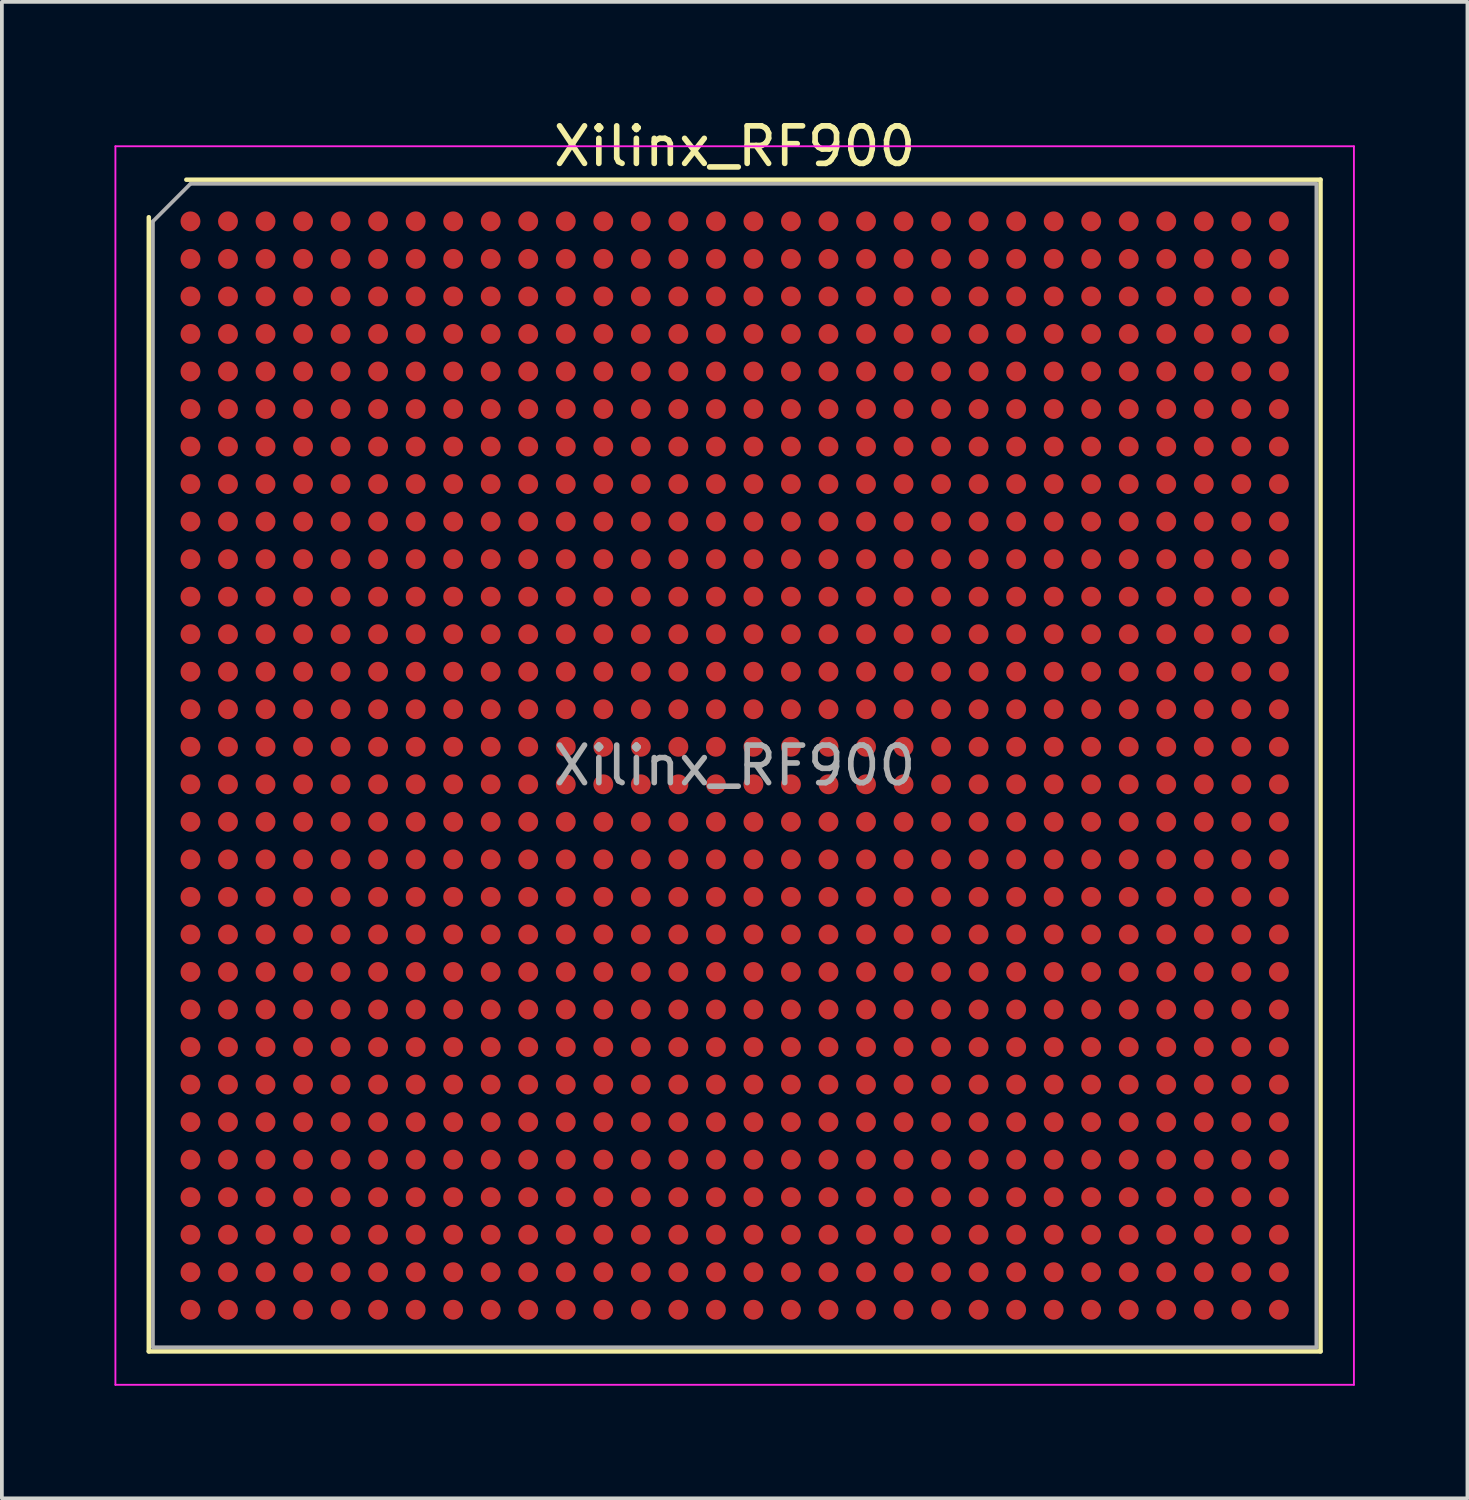
<source format=kicad_pcb>
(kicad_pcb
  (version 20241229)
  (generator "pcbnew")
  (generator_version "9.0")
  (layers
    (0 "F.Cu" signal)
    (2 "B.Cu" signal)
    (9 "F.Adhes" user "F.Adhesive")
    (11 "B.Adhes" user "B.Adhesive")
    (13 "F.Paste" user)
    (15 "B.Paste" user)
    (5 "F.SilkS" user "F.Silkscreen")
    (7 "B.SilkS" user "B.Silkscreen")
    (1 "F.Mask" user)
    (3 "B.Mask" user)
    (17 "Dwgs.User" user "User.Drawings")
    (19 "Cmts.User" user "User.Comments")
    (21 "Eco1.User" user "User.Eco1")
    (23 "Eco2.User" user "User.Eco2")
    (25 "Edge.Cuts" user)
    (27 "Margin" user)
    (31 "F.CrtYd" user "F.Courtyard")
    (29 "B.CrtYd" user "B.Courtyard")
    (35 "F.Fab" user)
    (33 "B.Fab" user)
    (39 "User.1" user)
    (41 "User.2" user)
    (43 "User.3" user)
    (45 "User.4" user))
  (footprint "Xilinx_RF900"
    (layer "F.Cu")
    (at 16.525 17.348)
    (property "Reference" "Xilinx_RF900" (at 0 -16.5 0) (layer "F.SilkS") (effects (font (size 1 1) (thickness 0.15))))
    (attr smd)
    (fp_line (start -15.61 15.61) (end -15.61 -14.61) (stroke (width 0.12) (type solid)) (layer "F.SilkS"))
    (fp_line (start -14.61 -15.61) (end 15.61 -15.61) (stroke (width 0.12) (type solid)) (layer "F.SilkS"))
    (fp_line (start 15.61 -15.61) (end 15.61 15.61) (stroke (width 0.12) (type solid)) (layer "F.SilkS"))
    (fp_line (start 15.61 15.61) (end -15.61 15.61) (stroke (width 0.12) (type solid)) (layer "F.SilkS"))
    (fp_line (start -16.5 -16.5) (end -16.5 16.5) (stroke (width 0.05) (type solid)) (layer "F.CrtYd"))
    (fp_line (start -16.5 16.5) (end 16.5 16.5) (stroke (width 0.05) (type solid)) (layer "F.CrtYd"))
    (fp_line (start 16.5 -16.5) (end -16.5 -16.5) (stroke (width 0.05) (type solid)) (layer "F.CrtYd"))
    (fp_line (start 16.5 16.5) (end 16.5 -16.5) (stroke (width 0.05) (type solid)) (layer "F.CrtYd"))
    (fp_line (start -15.5 -14.5) (end -14.5 -15.5) (stroke (width 0.1) (type solid)) (layer "F.Fab"))
    (fp_line (start -15.5 15.5) (end -15.5 -14.5) (stroke (width 0.1) (type solid)) (layer "F.Fab"))
    (fp_line (start -14.5 -15.5) (end 15.5 -15.5) (stroke (width 0.1) (type solid)) (layer "F.Fab"))
    (fp_line (start 15.5 -15.5) (end 15.5 15.5) (stroke (width 0.1) (type solid)) (layer "F.Fab"))
    (fp_line (start 15.5 15.5) (end -15.5 15.5) (stroke (width 0.1) (type solid)) (layer "F.Fab"))
    (fp_text user "${REFERENCE}" (at 0 0 0) (layer "F.Fab") (effects (font (size 1 1) (thickness 0.15))))
    (pad "A1" smd circle (at -14.5 -14.5) (size 0.53 0.53) (layers "F.Cu" "F.Mask" "F.Paste"))
    (pad "A2" smd circle (at -13.5 -14.5) (size 0.53 0.53) (layers "F.Cu" "F.Mask" "F.Paste"))
    (pad "A3" smd circle (at -12.5 -14.5) (size 0.53 0.53) (layers "F.Cu" "F.Mask" "F.Paste"))
    (pad "A4" smd circle (at -11.5 -14.5) (size 0.53 0.53) (layers "F.Cu" "F.Mask" "F.Paste"))
    (pad "A5" smd circle (at -10.5 -14.5) (size 0.53 0.53) (layers "F.Cu" "F.Mask" "F.Paste"))
    (pad "A6" smd circle (at -9.5 -14.5) (size 0.53 0.53) (layers "F.Cu" "F.Mask" "F.Paste"))
    (pad "A7" smd circle (at -8.5 -14.5) (size 0.53 0.53) (layers "F.Cu" "F.Mask" "F.Paste"))
    (pad "A8" smd circle (at -7.5 -14.5) (size 0.53 0.53) (layers "F.Cu" "F.Mask" "F.Paste"))
    (pad "A9" smd circle (at -6.5 -14.5) (size 0.53 0.53) (layers "F.Cu" "F.Mask" "F.Paste"))
    (pad "A10" smd circle (at -5.5 -14.5) (size 0.53 0.53) (layers "F.Cu" "F.Mask" "F.Paste"))
    (pad "A11" smd circle (at -4.5 -14.5) (size 0.53 0.53) (layers "F.Cu" "F.Mask" "F.Paste"))
    (pad "A12" smd circle (at -3.5 -14.5) (size 0.53 0.53) (layers "F.Cu" "F.Mask" "F.Paste"))
    (pad "A13" smd circle (at -2.5 -14.5) (size 0.53 0.53) (layers "F.Cu" "F.Mask" "F.Paste"))
    (pad "A14" smd circle (at -1.5 -14.5) (size 0.53 0.53) (layers "F.Cu" "F.Mask" "F.Paste"))
    (pad "A15" smd circle (at -0.5 -14.5) (size 0.53 0.53) (layers "F.Cu" "F.Mask" "F.Paste"))
    (pad "A16" smd circle (at 0.5 -14.5) (size 0.53 0.53) (layers "F.Cu" "F.Mask" "F.Paste"))
    (pad "A17" smd circle (at 1.5 -14.5) (size 0.53 0.53) (layers "F.Cu" "F.Mask" "F.Paste"))
    (pad "A18" smd circle (at 2.5 -14.5) (size 0.53 0.53) (layers "F.Cu" "F.Mask" "F.Paste"))
    (pad "A19" smd circle (at 3.5 -14.5) (size 0.53 0.53) (layers "F.Cu" "F.Mask" "F.Paste"))
    (pad "A20" smd circle (at 4.5 -14.5) (size 0.53 0.53) (layers "F.Cu" "F.Mask" "F.Paste"))
    (pad "A21" smd circle (at 5.5 -14.5) (size 0.53 0.53) (layers "F.Cu" "F.Mask" "F.Paste"))
    (pad "A22" smd circle (at 6.5 -14.5) (size 0.53 0.53) (layers "F.Cu" "F.Mask" "F.Paste"))
    (pad "A23" smd circle (at 7.5 -14.5) (size 0.53 0.53) (layers "F.Cu" "F.Mask" "F.Paste"))
    (pad "A24" smd circle (at 8.5 -14.5) (size 0.53 0.53) (layers "F.Cu" "F.Mask" "F.Paste"))
    (pad "A25" smd circle (at 9.5 -14.5) (size 0.53 0.53) (layers "F.Cu" "F.Mask" "F.Paste"))
    (pad "A26" smd circle (at 10.5 -14.5) (size 0.53 0.53) (layers "F.Cu" "F.Mask" "F.Paste"))
    (pad "A27" smd circle (at 11.5 -14.5) (size 0.53 0.53) (layers "F.Cu" "F.Mask" "F.Paste"))
    (pad "A28" smd circle (at 12.5 -14.5) (size 0.53 0.53) (layers "F.Cu" "F.Mask" "F.Paste"))
    (pad "A29" smd circle (at 13.5 -14.5) (size 0.53 0.53) (layers "F.Cu" "F.Mask" "F.Paste"))
    (pad "A30" smd circle (at 14.5 -14.5) (size 0.53 0.53) (layers "F.Cu" "F.Mask" "F.Paste"))
    (pad "AA1" smd circle (at -14.5 5.5) (size 0.53 0.53) (layers "F.Cu" "F.Mask" "F.Paste"))
    (pad "AA2" smd circle (at -13.5 5.5) (size 0.53 0.53) (layers "F.Cu" "F.Mask" "F.Paste"))
    (pad "AA3" smd circle (at -12.5 5.5) (size 0.53 0.53) (layers "F.Cu" "F.Mask" "F.Paste"))
    (pad "AA4" smd circle (at -11.5 5.5) (size 0.53 0.53) (layers "F.Cu" "F.Mask" "F.Paste"))
    (pad "AA5" smd circle (at -10.5 5.5) (size 0.53 0.53) (layers "F.Cu" "F.Mask" "F.Paste"))
    (pad "AA6" smd circle (at -9.5 5.5) (size 0.53 0.53) (layers "F.Cu" "F.Mask" "F.Paste"))
    (pad "AA7" smd circle (at -8.5 5.5) (size 0.53 0.53) (layers "F.Cu" "F.Mask" "F.Paste"))
    (pad "AA8" smd circle (at -7.5 5.5) (size 0.53 0.53) (layers "F.Cu" "F.Mask" "F.Paste"))
    (pad "AA9" smd circle (at -6.5 5.5) (size 0.53 0.53) (layers "F.Cu" "F.Mask" "F.Paste"))
    (pad "AA10" smd circle (at -5.5 5.5) (size 0.53 0.53) (layers "F.Cu" "F.Mask" "F.Paste"))
    (pad "AA11" smd circle (at -4.5 5.5) (size 0.53 0.53) (layers "F.Cu" "F.Mask" "F.Paste"))
    (pad "AA12" smd circle (at -3.5 5.5) (size 0.53 0.53) (layers "F.Cu" "F.Mask" "F.Paste"))
    (pad "AA13" smd circle (at -2.5 5.5) (size 0.53 0.53) (layers "F.Cu" "F.Mask" "F.Paste"))
    (pad "AA14" smd circle (at -1.5 5.5) (size 0.53 0.53) (layers "F.Cu" "F.Mask" "F.Paste"))
    (pad "AA15" smd circle (at -0.5 5.5) (size 0.53 0.53) (layers "F.Cu" "F.Mask" "F.Paste"))
    (pad "AA16" smd circle (at 0.5 5.5) (size 0.53 0.53) (layers "F.Cu" "F.Mask" "F.Paste"))
    (pad "AA17" smd circle (at 1.5 5.5) (size 0.53 0.53) (layers "F.Cu" "F.Mask" "F.Paste"))
    (pad "AA18" smd circle (at 2.5 5.5) (size 0.53 0.53) (layers "F.Cu" "F.Mask" "F.Paste"))
    (pad "AA19" smd circle (at 3.5 5.5) (size 0.53 0.53) (layers "F.Cu" "F.Mask" "F.Paste"))
    (pad "AA20" smd circle (at 4.5 5.5) (size 0.53 0.53) (layers "F.Cu" "F.Mask" "F.Paste"))
    (pad "AA21" smd circle (at 5.5 5.5) (size 0.53 0.53) (layers "F.Cu" "F.Mask" "F.Paste"))
    (pad "AA22" smd circle (at 6.5 5.5) (size 0.53 0.53) (layers "F.Cu" "F.Mask" "F.Paste"))
    (pad "AA23" smd circle (at 7.5 5.5) (size 0.53 0.53) (layers "F.Cu" "F.Mask" "F.Paste"))
    (pad "AA24" smd circle (at 8.5 5.5) (size 0.53 0.53) (layers "F.Cu" "F.Mask" "F.Paste"))
    (pad "AA25" smd circle (at 9.5 5.5) (size 0.53 0.53) (layers "F.Cu" "F.Mask" "F.Paste"))
    (pad "AA26" smd circle (at 10.5 5.5) (size 0.53 0.53) (layers "F.Cu" "F.Mask" "F.Paste"))
    (pad "AA27" smd circle (at 11.5 5.5) (size 0.53 0.53) (layers "F.Cu" "F.Mask" "F.Paste"))
    (pad "AA28" smd circle (at 12.5 5.5) (size 0.53 0.53) (layers "F.Cu" "F.Mask" "F.Paste"))
    (pad "AA29" smd circle (at 13.5 5.5) (size 0.53 0.53) (layers "F.Cu" "F.Mask" "F.Paste"))
    (pad "AA30" smd circle (at 14.5 5.5) (size 0.53 0.53) (layers "F.Cu" "F.Mask" "F.Paste"))
    (pad "AB1" smd circle (at -14.5 6.5) (size 0.53 0.53) (layers "F.Cu" "F.Mask" "F.Paste"))
    (pad "AB2" smd circle (at -13.5 6.5) (size 0.53 0.53) (layers "F.Cu" "F.Mask" "F.Paste"))
    (pad "AB3" smd circle (at -12.5 6.5) (size 0.53 0.53) (layers "F.Cu" "F.Mask" "F.Paste"))
    (pad "AB4" smd circle (at -11.5 6.5) (size 0.53 0.53) (layers "F.Cu" "F.Mask" "F.Paste"))
    (pad "AB5" smd circle (at -10.5 6.5) (size 0.53 0.53) (layers "F.Cu" "F.Mask" "F.Paste"))
    (pad "AB6" smd circle (at -9.5 6.5) (size 0.53 0.53) (layers "F.Cu" "F.Mask" "F.Paste"))
    (pad "AB7" smd circle (at -8.5 6.5) (size 0.53 0.53) (layers "F.Cu" "F.Mask" "F.Paste"))
    (pad "AB8" smd circle (at -7.5 6.5) (size 0.53 0.53) (layers "F.Cu" "F.Mask" "F.Paste"))
    (pad "AB9" smd circle (at -6.5 6.5) (size 0.53 0.53) (layers "F.Cu" "F.Mask" "F.Paste"))
    (pad "AB10" smd circle (at -5.5 6.5) (size 0.53 0.53) (layers "F.Cu" "F.Mask" "F.Paste"))
    (pad "AB11" smd circle (at -4.5 6.5) (size 0.53 0.53) (layers "F.Cu" "F.Mask" "F.Paste"))
    (pad "AB12" smd circle (at -3.5 6.5) (size 0.53 0.53) (layers "F.Cu" "F.Mask" "F.Paste"))
    (pad "AB13" smd circle (at -2.5 6.5) (size 0.53 0.53) (layers "F.Cu" "F.Mask" "F.Paste"))
    (pad "AB14" smd circle (at -1.5 6.5) (size 0.53 0.53) (layers "F.Cu" "F.Mask" "F.Paste"))
    (pad "AB15" smd circle (at -0.5 6.5) (size 0.53 0.53) (layers "F.Cu" "F.Mask" "F.Paste"))
    (pad "AB16" smd circle (at 0.5 6.5) (size 0.53 0.53) (layers "F.Cu" "F.Mask" "F.Paste"))
    (pad "AB17" smd circle (at 1.5 6.5) (size 0.53 0.53) (layers "F.Cu" "F.Mask" "F.Paste"))
    (pad "AB18" smd circle (at 2.5 6.5) (size 0.53 0.53) (layers "F.Cu" "F.Mask" "F.Paste"))
    (pad "AB19" smd circle (at 3.5 6.5) (size 0.53 0.53) (layers "F.Cu" "F.Mask" "F.Paste"))
    (pad "AB20" smd circle (at 4.5 6.5) (size 0.53 0.53) (layers "F.Cu" "F.Mask" "F.Paste"))
    (pad "AB21" smd circle (at 5.5 6.5) (size 0.53 0.53) (layers "F.Cu" "F.Mask" "F.Paste"))
    (pad "AB22" smd circle (at 6.5 6.5) (size 0.53 0.53) (layers "F.Cu" "F.Mask" "F.Paste"))
    (pad "AB23" smd circle (at 7.5 6.5) (size 0.53 0.53) (layers "F.Cu" "F.Mask" "F.Paste"))
    (pad "AB24" smd circle (at 8.5 6.5) (size 0.53 0.53) (layers "F.Cu" "F.Mask" "F.Paste"))
    (pad "AB25" smd circle (at 9.5 6.5) (size 0.53 0.53) (layers "F.Cu" "F.Mask" "F.Paste"))
    (pad "AB26" smd circle (at 10.5 6.5) (size 0.53 0.53) (layers "F.Cu" "F.Mask" "F.Paste"))
    (pad "AB27" smd circle (at 11.5 6.5) (size 0.53 0.53) (layers "F.Cu" "F.Mask" "F.Paste"))
    (pad "AB28" smd circle (at 12.5 6.5) (size 0.53 0.53) (layers "F.Cu" "F.Mask" "F.Paste"))
    (pad "AB29" smd circle (at 13.5 6.5) (size 0.53 0.53) (layers "F.Cu" "F.Mask" "F.Paste"))
    (pad "AB30" smd circle (at 14.5 6.5) (size 0.53 0.53) (layers "F.Cu" "F.Mask" "F.Paste"))
    (pad "AC1" smd circle (at -14.5 7.5) (size 0.53 0.53) (layers "F.Cu" "F.Mask" "F.Paste"))
    (pad "AC2" smd circle (at -13.5 7.5) (size 0.53 0.53) (layers "F.Cu" "F.Mask" "F.Paste"))
    (pad "AC3" smd circle (at -12.5 7.5) (size 0.53 0.53) (layers "F.Cu" "F.Mask" "F.Paste"))
    (pad "AC4" smd circle (at -11.5 7.5) (size 0.53 0.53) (layers "F.Cu" "F.Mask" "F.Paste"))
    (pad "AC5" smd circle (at -10.5 7.5) (size 0.53 0.53) (layers "F.Cu" "F.Mask" "F.Paste"))
    (pad "AC6" smd circle (at -9.5 7.5) (size 0.53 0.53) (layers "F.Cu" "F.Mask" "F.Paste"))
    (pad "AC7" smd circle (at -8.5 7.5) (size 0.53 0.53) (layers "F.Cu" "F.Mask" "F.Paste"))
    (pad "AC8" smd circle (at -7.5 7.5) (size 0.53 0.53) (layers "F.Cu" "F.Mask" "F.Paste"))
    (pad "AC9" smd circle (at -6.5 7.5) (size 0.53 0.53) (layers "F.Cu" "F.Mask" "F.Paste"))
    (pad "AC10" smd circle (at -5.5 7.5) (size 0.53 0.53) (layers "F.Cu" "F.Mask" "F.Paste"))
    (pad "AC11" smd circle (at -4.5 7.5) (size 0.53 0.53) (layers "F.Cu" "F.Mask" "F.Paste"))
    (pad "AC12" smd circle (at -3.5 7.5) (size 0.53 0.53) (layers "F.Cu" "F.Mask" "F.Paste"))
    (pad "AC13" smd circle (at -2.5 7.5) (size 0.53 0.53) (layers "F.Cu" "F.Mask" "F.Paste"))
    (pad "AC14" smd circle (at -1.5 7.5) (size 0.53 0.53) (layers "F.Cu" "F.Mask" "F.Paste"))
    (pad "AC15" smd circle (at -0.5 7.5) (size 0.53 0.53) (layers "F.Cu" "F.Mask" "F.Paste"))
    (pad "AC16" smd circle (at 0.5 7.5) (size 0.53 0.53) (layers "F.Cu" "F.Mask" "F.Paste"))
    (pad "AC17" smd circle (at 1.5 7.5) (size 0.53 0.53) (layers "F.Cu" "F.Mask" "F.Paste"))
    (pad "AC18" smd circle (at 2.5 7.5) (size 0.53 0.53) (layers "F.Cu" "F.Mask" "F.Paste"))
    (pad "AC19" smd circle (at 3.5 7.5) (size 0.53 0.53) (layers "F.Cu" "F.Mask" "F.Paste"))
    (pad "AC20" smd circle (at 4.5 7.5) (size 0.53 0.53) (layers "F.Cu" "F.Mask" "F.Paste"))
    (pad "AC21" smd circle (at 5.5 7.5) (size 0.53 0.53) (layers "F.Cu" "F.Mask" "F.Paste"))
    (pad "AC22" smd circle (at 6.5 7.5) (size 0.53 0.53) (layers "F.Cu" "F.Mask" "F.Paste"))
    (pad "AC23" smd circle (at 7.5 7.5) (size 0.53 0.53) (layers "F.Cu" "F.Mask" "F.Paste"))
    (pad "AC24" smd circle (at 8.5 7.5) (size 0.53 0.53) (layers "F.Cu" "F.Mask" "F.Paste"))
    (pad "AC25" smd circle (at 9.5 7.5) (size 0.53 0.53) (layers "F.Cu" "F.Mask" "F.Paste"))
    (pad "AC26" smd circle (at 10.5 7.5) (size 0.53 0.53) (layers "F.Cu" "F.Mask" "F.Paste"))
    (pad "AC27" smd circle (at 11.5 7.5) (size 0.53 0.53) (layers "F.Cu" "F.Mask" "F.Paste"))
    (pad "AC28" smd circle (at 12.5 7.5) (size 0.53 0.53) (layers "F.Cu" "F.Mask" "F.Paste"))
    (pad "AC29" smd circle (at 13.5 7.5) (size 0.53 0.53) (layers "F.Cu" "F.Mask" "F.Paste"))
    (pad "AC30" smd circle (at 14.5 7.5) (size 0.53 0.53) (layers "F.Cu" "F.Mask" "F.Paste"))
    (pad "AD1" smd circle (at -14.5 8.5) (size 0.53 0.53) (layers "F.Cu" "F.Mask" "F.Paste"))
    (pad "AD2" smd circle (at -13.5 8.5) (size 0.53 0.53) (layers "F.Cu" "F.Mask" "F.Paste"))
    (pad "AD3" smd circle (at -12.5 8.5) (size 0.53 0.53) (layers "F.Cu" "F.Mask" "F.Paste"))
    (pad "AD4" smd circle (at -11.5 8.5) (size 0.53 0.53) (layers "F.Cu" "F.Mask" "F.Paste"))
    (pad "AD5" smd circle (at -10.5 8.5) (size 0.53 0.53) (layers "F.Cu" "F.Mask" "F.Paste"))
    (pad "AD6" smd circle (at -9.5 8.5) (size 0.53 0.53) (layers "F.Cu" "F.Mask" "F.Paste"))
    (pad "AD7" smd circle (at -8.5 8.5) (size 0.53 0.53) (layers "F.Cu" "F.Mask" "F.Paste"))
    (pad "AD8" smd circle (at -7.5 8.5) (size 0.53 0.53) (layers "F.Cu" "F.Mask" "F.Paste"))
    (pad "AD9" smd circle (at -6.5 8.5) (size 0.53 0.53) (layers "F.Cu" "F.Mask" "F.Paste"))
    (pad "AD10" smd circle (at -5.5 8.5) (size 0.53 0.53) (layers "F.Cu" "F.Mask" "F.Paste"))
    (pad "AD11" smd circle (at -4.5 8.5) (size 0.53 0.53) (layers "F.Cu" "F.Mask" "F.Paste"))
    (pad "AD12" smd circle (at -3.5 8.5) (size 0.53 0.53) (layers "F.Cu" "F.Mask" "F.Paste"))
    (pad "AD13" smd circle (at -2.5 8.5) (size 0.53 0.53) (layers "F.Cu" "F.Mask" "F.Paste"))
    (pad "AD14" smd circle (at -1.5 8.5) (size 0.53 0.53) (layers "F.Cu" "F.Mask" "F.Paste"))
    (pad "AD15" smd circle (at -0.5 8.5) (size 0.53 0.53) (layers "F.Cu" "F.Mask" "F.Paste"))
    (pad "AD16" smd circle (at 0.5 8.5) (size 0.53 0.53) (layers "F.Cu" "F.Mask" "F.Paste"))
    (pad "AD17" smd circle (at 1.5 8.5) (size 0.53 0.53) (layers "F.Cu" "F.Mask" "F.Paste"))
    (pad "AD18" smd circle (at 2.5 8.5) (size 0.53 0.53) (layers "F.Cu" "F.Mask" "F.Paste"))
    (pad "AD19" smd circle (at 3.5 8.5) (size 0.53 0.53) (layers "F.Cu" "F.Mask" "F.Paste"))
    (pad "AD20" smd circle (at 4.5 8.5) (size 0.53 0.53) (layers "F.Cu" "F.Mask" "F.Paste"))
    (pad "AD21" smd circle (at 5.5 8.5) (size 0.53 0.53) (layers "F.Cu" "F.Mask" "F.Paste"))
    (pad "AD22" smd circle (at 6.5 8.5) (size 0.53 0.53) (layers "F.Cu" "F.Mask" "F.Paste"))
    (pad "AD23" smd circle (at 7.5 8.5) (size 0.53 0.53) (layers "F.Cu" "F.Mask" "F.Paste"))
    (pad "AD24" smd circle (at 8.5 8.5) (size 0.53 0.53) (layers "F.Cu" "F.Mask" "F.Paste"))
    (pad "AD25" smd circle (at 9.5 8.5) (size 0.53 0.53) (layers "F.Cu" "F.Mask" "F.Paste"))
    (pad "AD26" smd circle (at 10.5 8.5) (size 0.53 0.53) (layers "F.Cu" "F.Mask" "F.Paste"))
    (pad "AD27" smd circle (at 11.5 8.5) (size 0.53 0.53) (layers "F.Cu" "F.Mask" "F.Paste"))
    (pad "AD28" smd circle (at 12.5 8.5) (size 0.53 0.53) (layers "F.Cu" "F.Mask" "F.Paste"))
    (pad "AD29" smd circle (at 13.5 8.5) (size 0.53 0.53) (layers "F.Cu" "F.Mask" "F.Paste"))
    (pad "AD30" smd circle (at 14.5 8.5) (size 0.53 0.53) (layers "F.Cu" "F.Mask" "F.Paste"))
    (pad "AE1" smd circle (at -14.5 9.5) (size 0.53 0.53) (layers "F.Cu" "F.Mask" "F.Paste"))
    (pad "AE2" smd circle (at -13.5 9.5) (size 0.53 0.53) (layers "F.Cu" "F.Mask" "F.Paste"))
    (pad "AE3" smd circle (at -12.5 9.5) (size 0.53 0.53) (layers "F.Cu" "F.Mask" "F.Paste"))
    (pad "AE4" smd circle (at -11.5 9.5) (size 0.53 0.53) (layers "F.Cu" "F.Mask" "F.Paste"))
    (pad "AE5" smd circle (at -10.5 9.5) (size 0.53 0.53) (layers "F.Cu" "F.Mask" "F.Paste"))
    (pad "AE6" smd circle (at -9.5 9.5) (size 0.53 0.53) (layers "F.Cu" "F.Mask" "F.Paste"))
    (pad "AE7" smd circle (at -8.5 9.5) (size 0.53 0.53) (layers "F.Cu" "F.Mask" "F.Paste"))
    (pad "AE8" smd circle (at -7.5 9.5) (size 0.53 0.53) (layers "F.Cu" "F.Mask" "F.Paste"))
    (pad "AE9" smd circle (at -6.5 9.5) (size 0.53 0.53) (layers "F.Cu" "F.Mask" "F.Paste"))
    (pad "AE10" smd circle (at -5.5 9.5) (size 0.53 0.53) (layers "F.Cu" "F.Mask" "F.Paste"))
    (pad "AE11" smd circle (at -4.5 9.5) (size 0.53 0.53) (layers "F.Cu" "F.Mask" "F.Paste"))
    (pad "AE12" smd circle (at -3.5 9.5) (size 0.53 0.53) (layers "F.Cu" "F.Mask" "F.Paste"))
    (pad "AE13" smd circle (at -2.5 9.5) (size 0.53 0.53) (layers "F.Cu" "F.Mask" "F.Paste"))
    (pad "AE14" smd circle (at -1.5 9.5) (size 0.53 0.53) (layers "F.Cu" "F.Mask" "F.Paste"))
    (pad "AE15" smd circle (at -0.5 9.5) (size 0.53 0.53) (layers "F.Cu" "F.Mask" "F.Paste"))
    (pad "AE16" smd circle (at 0.5 9.5) (size 0.53 0.53) (layers "F.Cu" "F.Mask" "F.Paste"))
    (pad "AE17" smd circle (at 1.5 9.5) (size 0.53 0.53) (layers "F.Cu" "F.Mask" "F.Paste"))
    (pad "AE18" smd circle (at 2.5 9.5) (size 0.53 0.53) (layers "F.Cu" "F.Mask" "F.Paste"))
    (pad "AE19" smd circle (at 3.5 9.5) (size 0.53 0.53) (layers "F.Cu" "F.Mask" "F.Paste"))
    (pad "AE20" smd circle (at 4.5 9.5) (size 0.53 0.53) (layers "F.Cu" "F.Mask" "F.Paste"))
    (pad "AE21" smd circle (at 5.5 9.5) (size 0.53 0.53) (layers "F.Cu" "F.Mask" "F.Paste"))
    (pad "AE22" smd circle (at 6.5 9.5) (size 0.53 0.53) (layers "F.Cu" "F.Mask" "F.Paste"))
    (pad "AE23" smd circle (at 7.5 9.5) (size 0.53 0.53) (layers "F.Cu" "F.Mask" "F.Paste"))
    (pad "AE24" smd circle (at 8.5 9.5) (size 0.53 0.53) (layers "F.Cu" "F.Mask" "F.Paste"))
    (pad "AE25" smd circle (at 9.5 9.5) (size 0.53 0.53) (layers "F.Cu" "F.Mask" "F.Paste"))
    (pad "AE26" smd circle (at 10.5 9.5) (size 0.53 0.53) (layers "F.Cu" "F.Mask" "F.Paste"))
    (pad "AE27" smd circle (at 11.5 9.5) (size 0.53 0.53) (layers "F.Cu" "F.Mask" "F.Paste"))
    (pad "AE28" smd circle (at 12.5 9.5) (size 0.53 0.53) (layers "F.Cu" "F.Mask" "F.Paste"))
    (pad "AE29" smd circle (at 13.5 9.5) (size 0.53 0.53) (layers "F.Cu" "F.Mask" "F.Paste"))
    (pad "AE30" smd circle (at 14.5 9.5) (size 0.53 0.53) (layers "F.Cu" "F.Mask" "F.Paste"))
    (pad "AF1" smd circle (at -14.5 10.5) (size 0.53 0.53) (layers "F.Cu" "F.Mask" "F.Paste"))
    (pad "AF2" smd circle (at -13.5 10.5) (size 0.53 0.53) (layers "F.Cu" "F.Mask" "F.Paste"))
    (pad "AF3" smd circle (at -12.5 10.5) (size 0.53 0.53) (layers "F.Cu" "F.Mask" "F.Paste"))
    (pad "AF4" smd circle (at -11.5 10.5) (size 0.53 0.53) (layers "F.Cu" "F.Mask" "F.Paste"))
    (pad "AF5" smd circle (at -10.5 10.5) (size 0.53 0.53) (layers "F.Cu" "F.Mask" "F.Paste"))
    (pad "AF6" smd circle (at -9.5 10.5) (size 0.53 0.53) (layers "F.Cu" "F.Mask" "F.Paste"))
    (pad "AF7" smd circle (at -8.5 10.5) (size 0.53 0.53) (layers "F.Cu" "F.Mask" "F.Paste"))
    (pad "AF8" smd circle (at -7.5 10.5) (size 0.53 0.53) (layers "F.Cu" "F.Mask" "F.Paste"))
    (pad "AF9" smd circle (at -6.5 10.5) (size 0.53 0.53) (layers "F.Cu" "F.Mask" "F.Paste"))
    (pad "AF10" smd circle (at -5.5 10.5) (size 0.53 0.53) (layers "F.Cu" "F.Mask" "F.Paste"))
    (pad "AF11" smd circle (at -4.5 10.5) (size 0.53 0.53) (layers "F.Cu" "F.Mask" "F.Paste"))
    (pad "AF12" smd circle (at -3.5 10.5) (size 0.53 0.53) (layers "F.Cu" "F.Mask" "F.Paste"))
    (pad "AF13" smd circle (at -2.5 10.5) (size 0.53 0.53) (layers "F.Cu" "F.Mask" "F.Paste"))
    (pad "AF14" smd circle (at -1.5 10.5) (size 0.53 0.53) (layers "F.Cu" "F.Mask" "F.Paste"))
    (pad "AF15" smd circle (at -0.5 10.5) (size 0.53 0.53) (layers "F.Cu" "F.Mask" "F.Paste"))
    (pad "AF16" smd circle (at 0.5 10.5) (size 0.53 0.53) (layers "F.Cu" "F.Mask" "F.Paste"))
    (pad "AF17" smd circle (at 1.5 10.5) (size 0.53 0.53) (layers "F.Cu" "F.Mask" "F.Paste"))
    (pad "AF18" smd circle (at 2.5 10.5) (size 0.53 0.53) (layers "F.Cu" "F.Mask" "F.Paste"))
    (pad "AF19" smd circle (at 3.5 10.5) (size 0.53 0.53) (layers "F.Cu" "F.Mask" "F.Paste"))
    (pad "AF20" smd circle (at 4.5 10.5) (size 0.53 0.53) (layers "F.Cu" "F.Mask" "F.Paste"))
    (pad "AF21" smd circle (at 5.5 10.5) (size 0.53 0.53) (layers "F.Cu" "F.Mask" "F.Paste"))
    (pad "AF22" smd circle (at 6.5 10.5) (size 0.53 0.53) (layers "F.Cu" "F.Mask" "F.Paste"))
    (pad "AF23" smd circle (at 7.5 10.5) (size 0.53 0.53) (layers "F.Cu" "F.Mask" "F.Paste"))
    (pad "AF24" smd circle (at 8.5 10.5) (size 0.53 0.53) (layers "F.Cu" "F.Mask" "F.Paste"))
    (pad "AF25" smd circle (at 9.5 10.5) (size 0.53 0.53) (layers "F.Cu" "F.Mask" "F.Paste"))
    (pad "AF26" smd circle (at 10.5 10.5) (size 0.53 0.53) (layers "F.Cu" "F.Mask" "F.Paste"))
    (pad "AF27" smd circle (at 11.5 10.5) (size 0.53 0.53) (layers "F.Cu" "F.Mask" "F.Paste"))
    (pad "AF28" smd circle (at 12.5 10.5) (size 0.53 0.53) (layers "F.Cu" "F.Mask" "F.Paste"))
    (pad "AF29" smd circle (at 13.5 10.5) (size 0.53 0.53) (layers "F.Cu" "F.Mask" "F.Paste"))
    (pad "AF30" smd circle (at 14.5 10.5) (size 0.53 0.53) (layers "F.Cu" "F.Mask" "F.Paste"))
    (pad "AG1" smd circle (at -14.5 11.5) (size 0.53 0.53) (layers "F.Cu" "F.Mask" "F.Paste"))
    (pad "AG2" smd circle (at -13.5 11.5) (size 0.53 0.53) (layers "F.Cu" "F.Mask" "F.Paste"))
    (pad "AG3" smd circle (at -12.5 11.5) (size 0.53 0.53) (layers "F.Cu" "F.Mask" "F.Paste"))
    (pad "AG4" smd circle (at -11.5 11.5) (size 0.53 0.53) (layers "F.Cu" "F.Mask" "F.Paste"))
    (pad "AG5" smd circle (at -10.5 11.5) (size 0.53 0.53) (layers "F.Cu" "F.Mask" "F.Paste"))
    (pad "AG6" smd circle (at -9.5 11.5) (size 0.53 0.53) (layers "F.Cu" "F.Mask" "F.Paste"))
    (pad "AG7" smd circle (at -8.5 11.5) (size 0.53 0.53) (layers "F.Cu" "F.Mask" "F.Paste"))
    (pad "AG8" smd circle (at -7.5 11.5) (size 0.53 0.53) (layers "F.Cu" "F.Mask" "F.Paste"))
    (pad "AG9" smd circle (at -6.5 11.5) (size 0.53 0.53) (layers "F.Cu" "F.Mask" "F.Paste"))
    (pad "AG10" smd circle (at -5.5 11.5) (size 0.53 0.53) (layers "F.Cu" "F.Mask" "F.Paste"))
    (pad "AG11" smd circle (at -4.5 11.5) (size 0.53 0.53) (layers "F.Cu" "F.Mask" "F.Paste"))
    (pad "AG12" smd circle (at -3.5 11.5) (size 0.53 0.53) (layers "F.Cu" "F.Mask" "F.Paste"))
    (pad "AG13" smd circle (at -2.5 11.5) (size 0.53 0.53) (layers "F.Cu" "F.Mask" "F.Paste"))
    (pad "AG14" smd circle (at -1.5 11.5) (size 0.53 0.53) (layers "F.Cu" "F.Mask" "F.Paste"))
    (pad "AG15" smd circle (at -0.5 11.5) (size 0.53 0.53) (layers "F.Cu" "F.Mask" "F.Paste"))
    (pad "AG16" smd circle (at 0.5 11.5) (size 0.53 0.53) (layers "F.Cu" "F.Mask" "F.Paste"))
    (pad "AG17" smd circle (at 1.5 11.5) (size 0.53 0.53) (layers "F.Cu" "F.Mask" "F.Paste"))
    (pad "AG18" smd circle (at 2.5 11.5) (size 0.53 0.53) (layers "F.Cu" "F.Mask" "F.Paste"))
    (pad "AG19" smd circle (at 3.5 11.5) (size 0.53 0.53) (layers "F.Cu" "F.Mask" "F.Paste"))
    (pad "AG20" smd circle (at 4.5 11.5) (size 0.53 0.53) (layers "F.Cu" "F.Mask" "F.Paste"))
    (pad "AG21" smd circle (at 5.5 11.5) (size 0.53 0.53) (layers "F.Cu" "F.Mask" "F.Paste"))
    (pad "AG22" smd circle (at 6.5 11.5) (size 0.53 0.53) (layers "F.Cu" "F.Mask" "F.Paste"))
    (pad "AG23" smd circle (at 7.5 11.5) (size 0.53 0.53) (layers "F.Cu" "F.Mask" "F.Paste"))
    (pad "AG24" smd circle (at 8.5 11.5) (size 0.53 0.53) (layers "F.Cu" "F.Mask" "F.Paste"))
    (pad "AG25" smd circle (at 9.5 11.5) (size 0.53 0.53) (layers "F.Cu" "F.Mask" "F.Paste"))
    (pad "AG26" smd circle (at 10.5 11.5) (size 0.53 0.53) (layers "F.Cu" "F.Mask" "F.Paste"))
    (pad "AG27" smd circle (at 11.5 11.5) (size 0.53 0.53) (layers "F.Cu" "F.Mask" "F.Paste"))
    (pad "AG28" smd circle (at 12.5 11.5) (size 0.53 0.53) (layers "F.Cu" "F.Mask" "F.Paste"))
    (pad "AG29" smd circle (at 13.5 11.5) (size 0.53 0.53) (layers "F.Cu" "F.Mask" "F.Paste"))
    (pad "AG30" smd circle (at 14.5 11.5) (size 0.53 0.53) (layers "F.Cu" "F.Mask" "F.Paste"))
    (pad "AH1" smd circle (at -14.5 12.5) (size 0.53 0.53) (layers "F.Cu" "F.Mask" "F.Paste"))
    (pad "AH2" smd circle (at -13.5 12.5) (size 0.53 0.53) (layers "F.Cu" "F.Mask" "F.Paste"))
    (pad "AH3" smd circle (at -12.5 12.5) (size 0.53 0.53) (layers "F.Cu" "F.Mask" "F.Paste"))
    (pad "AH4" smd circle (at -11.5 12.5) (size 0.53 0.53) (layers "F.Cu" "F.Mask" "F.Paste"))
    (pad "AH5" smd circle (at -10.5 12.5) (size 0.53 0.53) (layers "F.Cu" "F.Mask" "F.Paste"))
    (pad "AH6" smd circle (at -9.5 12.5) (size 0.53 0.53) (layers "F.Cu" "F.Mask" "F.Paste"))
    (pad "AH7" smd circle (at -8.5 12.5) (size 0.53 0.53) (layers "F.Cu" "F.Mask" "F.Paste"))
    (pad "AH8" smd circle (at -7.5 12.5) (size 0.53 0.53) (layers "F.Cu" "F.Mask" "F.Paste"))
    (pad "AH9" smd circle (at -6.5 12.5) (size 0.53 0.53) (layers "F.Cu" "F.Mask" "F.Paste"))
    (pad "AH10" smd circle (at -5.5 12.5) (size 0.53 0.53) (layers "F.Cu" "F.Mask" "F.Paste"))
    (pad "AH11" smd circle (at -4.5 12.5) (size 0.53 0.53) (layers "F.Cu" "F.Mask" "F.Paste"))
    (pad "AH12" smd circle (at -3.5 12.5) (size 0.53 0.53) (layers "F.Cu" "F.Mask" "F.Paste"))
    (pad "AH13" smd circle (at -2.5 12.5) (size 0.53 0.53) (layers "F.Cu" "F.Mask" "F.Paste"))
    (pad "AH14" smd circle (at -1.5 12.5) (size 0.53 0.53) (layers "F.Cu" "F.Mask" "F.Paste"))
    (pad "AH15" smd circle (at -0.5 12.5) (size 0.53 0.53) (layers "F.Cu" "F.Mask" "F.Paste"))
    (pad "AH16" smd circle (at 0.5 12.5) (size 0.53 0.53) (layers "F.Cu" "F.Mask" "F.Paste"))
    (pad "AH17" smd circle (at 1.5 12.5) (size 0.53 0.53) (layers "F.Cu" "F.Mask" "F.Paste"))
    (pad "AH18" smd circle (at 2.5 12.5) (size 0.53 0.53) (layers "F.Cu" "F.Mask" "F.Paste"))
    (pad "AH19" smd circle (at 3.5 12.5) (size 0.53 0.53) (layers "F.Cu" "F.Mask" "F.Paste"))
    (pad "AH20" smd circle (at 4.5 12.5) (size 0.53 0.53) (layers "F.Cu" "F.Mask" "F.Paste"))
    (pad "AH21" smd circle (at 5.5 12.5) (size 0.53 0.53) (layers "F.Cu" "F.Mask" "F.Paste"))
    (pad "AH22" smd circle (at 6.5 12.5) (size 0.53 0.53) (layers "F.Cu" "F.Mask" "F.Paste"))
    (pad "AH23" smd circle (at 7.5 12.5) (size 0.53 0.53) (layers "F.Cu" "F.Mask" "F.Paste"))
    (pad "AH24" smd circle (at 8.5 12.5) (size 0.53 0.53) (layers "F.Cu" "F.Mask" "F.Paste"))
    (pad "AH25" smd circle (at 9.5 12.5) (size 0.53 0.53) (layers "F.Cu" "F.Mask" "F.Paste"))
    (pad "AH26" smd circle (at 10.5 12.5) (size 0.53 0.53) (layers "F.Cu" "F.Mask" "F.Paste"))
    (pad "AH27" smd circle (at 11.5 12.5) (size 0.53 0.53) (layers "F.Cu" "F.Mask" "F.Paste"))
    (pad "AH28" smd circle (at 12.5 12.5) (size 0.53 0.53) (layers "F.Cu" "F.Mask" "F.Paste"))
    (pad "AH29" smd circle (at 13.5 12.5) (size 0.53 0.53) (layers "F.Cu" "F.Mask" "F.Paste"))
    (pad "AH30" smd circle (at 14.5 12.5) (size 0.53 0.53) (layers "F.Cu" "F.Mask" "F.Paste"))
    (pad "AJ1" smd circle (at -14.5 13.5) (size 0.53 0.53) (layers "F.Cu" "F.Mask" "F.Paste"))
    (pad "AJ2" smd circle (at -13.5 13.5) (size 0.53 0.53) (layers "F.Cu" "F.Mask" "F.Paste"))
    (pad "AJ3" smd circle (at -12.5 13.5) (size 0.53 0.53) (layers "F.Cu" "F.Mask" "F.Paste"))
    (pad "AJ4" smd circle (at -11.5 13.5) (size 0.53 0.53) (layers "F.Cu" "F.Mask" "F.Paste"))
    (pad "AJ5" smd circle (at -10.5 13.5) (size 0.53 0.53) (layers "F.Cu" "F.Mask" "F.Paste"))
    (pad "AJ6" smd circle (at -9.5 13.5) (size 0.53 0.53) (layers "F.Cu" "F.Mask" "F.Paste"))
    (pad "AJ7" smd circle (at -8.5 13.5) (size 0.53 0.53) (layers "F.Cu" "F.Mask" "F.Paste"))
    (pad "AJ8" smd circle (at -7.5 13.5) (size 0.53 0.53) (layers "F.Cu" "F.Mask" "F.Paste"))
    (pad "AJ9" smd circle (at -6.5 13.5) (size 0.53 0.53) (layers "F.Cu" "F.Mask" "F.Paste"))
    (pad "AJ10" smd circle (at -5.5 13.5) (size 0.53 0.53) (layers "F.Cu" "F.Mask" "F.Paste"))
    (pad "AJ11" smd circle (at -4.5 13.5) (size 0.53 0.53) (layers "F.Cu" "F.Mask" "F.Paste"))
    (pad "AJ12" smd circle (at -3.5 13.5) (size 0.53 0.53) (layers "F.Cu" "F.Mask" "F.Paste"))
    (pad "AJ13" smd circle (at -2.5 13.5) (size 0.53 0.53) (layers "F.Cu" "F.Mask" "F.Paste"))
    (pad "AJ14" smd circle (at -1.5 13.5) (size 0.53 0.53) (layers "F.Cu" "F.Mask" "F.Paste"))
    (pad "AJ15" smd circle (at -0.5 13.5) (size 0.53 0.53) (layers "F.Cu" "F.Mask" "F.Paste"))
    (pad "AJ16" smd circle (at 0.5 13.5) (size 0.53 0.53) (layers "F.Cu" "F.Mask" "F.Paste"))
    (pad "AJ17" smd circle (at 1.5 13.5) (size 0.53 0.53) (layers "F.Cu" "F.Mask" "F.Paste"))
    (pad "AJ18" smd circle (at 2.5 13.5) (size 0.53 0.53) (layers "F.Cu" "F.Mask" "F.Paste"))
    (pad "AJ19" smd circle (at 3.5 13.5) (size 0.53 0.53) (layers "F.Cu" "F.Mask" "F.Paste"))
    (pad "AJ20" smd circle (at 4.5 13.5) (size 0.53 0.53) (layers "F.Cu" "F.Mask" "F.Paste"))
    (pad "AJ21" smd circle (at 5.5 13.5) (size 0.53 0.53) (layers "F.Cu" "F.Mask" "F.Paste"))
    (pad "AJ22" smd circle (at 6.5 13.5) (size 0.53 0.53) (layers "F.Cu" "F.Mask" "F.Paste"))
    (pad "AJ23" smd circle (at 7.5 13.5) (size 0.53 0.53) (layers "F.Cu" "F.Mask" "F.Paste"))
    (pad "AJ24" smd circle (at 8.5 13.5) (size 0.53 0.53) (layers "F.Cu" "F.Mask" "F.Paste"))
    (pad "AJ25" smd circle (at 9.5 13.5) (size 0.53 0.53) (layers "F.Cu" "F.Mask" "F.Paste"))
    (pad "AJ26" smd circle (at 10.5 13.5) (size 0.53 0.53) (layers "F.Cu" "F.Mask" "F.Paste"))
    (pad "AJ27" smd circle (at 11.5 13.5) (size 0.53 0.53) (layers "F.Cu" "F.Mask" "F.Paste"))
    (pad "AJ28" smd circle (at 12.5 13.5) (size 0.53 0.53) (layers "F.Cu" "F.Mask" "F.Paste"))
    (pad "AJ29" smd circle (at 13.5 13.5) (size 0.53 0.53) (layers "F.Cu" "F.Mask" "F.Paste"))
    (pad "AJ30" smd circle (at 14.5 13.5) (size 0.53 0.53) (layers "F.Cu" "F.Mask" "F.Paste"))
    (pad "AK1" smd circle (at -14.5 14.5) (size 0.53 0.53) (layers "F.Cu" "F.Mask" "F.Paste"))
    (pad "AK2" smd circle (at -13.5 14.5) (size 0.53 0.53) (layers "F.Cu" "F.Mask" "F.Paste"))
    (pad "AK3" smd circle (at -12.5 14.5) (size 0.53 0.53) (layers "F.Cu" "F.Mask" "F.Paste"))
    (pad "AK4" smd circle (at -11.5 14.5) (size 0.53 0.53) (layers "F.Cu" "F.Mask" "F.Paste"))
    (pad "AK5" smd circle (at -10.5 14.5) (size 0.53 0.53) (layers "F.Cu" "F.Mask" "F.Paste"))
    (pad "AK6" smd circle (at -9.5 14.5) (size 0.53 0.53) (layers "F.Cu" "F.Mask" "F.Paste"))
    (pad "AK7" smd circle (at -8.5 14.5) (size 0.53 0.53) (layers "F.Cu" "F.Mask" "F.Paste"))
    (pad "AK8" smd circle (at -7.5 14.5) (size 0.53 0.53) (layers "F.Cu" "F.Mask" "F.Paste"))
    (pad "AK9" smd circle (at -6.5 14.5) (size 0.53 0.53) (layers "F.Cu" "F.Mask" "F.Paste"))
    (pad "AK10" smd circle (at -5.5 14.5) (size 0.53 0.53) (layers "F.Cu" "F.Mask" "F.Paste"))
    (pad "AK11" smd circle (at -4.5 14.5) (size 0.53 0.53) (layers "F.Cu" "F.Mask" "F.Paste"))
    (pad "AK12" smd circle (at -3.5 14.5) (size 0.53 0.53) (layers "F.Cu" "F.Mask" "F.Paste"))
    (pad "AK13" smd circle (at -2.5 14.5) (size 0.53 0.53) (layers "F.Cu" "F.Mask" "F.Paste"))
    (pad "AK14" smd circle (at -1.5 14.5) (size 0.53 0.53) (layers "F.Cu" "F.Mask" "F.Paste"))
    (pad "AK15" smd circle (at -0.5 14.5) (size 0.53 0.53) (layers "F.Cu" "F.Mask" "F.Paste"))
    (pad "AK16" smd circle (at 0.5 14.5) (size 0.53 0.53) (layers "F.Cu" "F.Mask" "F.Paste"))
    (pad "AK17" smd circle (at 1.5 14.5) (size 0.53 0.53) (layers "F.Cu" "F.Mask" "F.Paste"))
    (pad "AK18" smd circle (at 2.5 14.5) (size 0.53 0.53) (layers "F.Cu" "F.Mask" "F.Paste"))
    (pad "AK19" smd circle (at 3.5 14.5) (size 0.53 0.53) (layers "F.Cu" "F.Mask" "F.Paste"))
    (pad "AK20" smd circle (at 4.5 14.5) (size 0.53 0.53) (layers "F.Cu" "F.Mask" "F.Paste"))
    (pad "AK21" smd circle (at 5.5 14.5) (size 0.53 0.53) (layers "F.Cu" "F.Mask" "F.Paste"))
    (pad "AK22" smd circle (at 6.5 14.5) (size 0.53 0.53) (layers "F.Cu" "F.Mask" "F.Paste"))
    (pad "AK23" smd circle (at 7.5 14.5) (size 0.53 0.53) (layers "F.Cu" "F.Mask" "F.Paste"))
    (pad "AK24" smd circle (at 8.5 14.5) (size 0.53 0.53) (layers "F.Cu" "F.Mask" "F.Paste"))
    (pad "AK25" smd circle (at 9.5 14.5) (size 0.53 0.53) (layers "F.Cu" "F.Mask" "F.Paste"))
    (pad "AK26" smd circle (at 10.5 14.5) (size 0.53 0.53) (layers "F.Cu" "F.Mask" "F.Paste"))
    (pad "AK27" smd circle (at 11.5 14.5) (size 0.53 0.53) (layers "F.Cu" "F.Mask" "F.Paste"))
    (pad "AK28" smd circle (at 12.5 14.5) (size 0.53 0.53) (layers "F.Cu" "F.Mask" "F.Paste"))
    (pad "AK29" smd circle (at 13.5 14.5) (size 0.53 0.53) (layers "F.Cu" "F.Mask" "F.Paste"))
    (pad "AK30" smd circle (at 14.5 14.5) (size 0.53 0.53) (layers "F.Cu" "F.Mask" "F.Paste"))
    (pad "B1" smd circle (at -14.5 -13.5) (size 0.53 0.53) (layers "F.Cu" "F.Mask" "F.Paste"))
    (pad "B2" smd circle (at -13.5 -13.5) (size 0.53 0.53) (layers "F.Cu" "F.Mask" "F.Paste"))
    (pad "B3" smd circle (at -12.5 -13.5) (size 0.53 0.53) (layers "F.Cu" "F.Mask" "F.Paste"))
    (pad "B4" smd circle (at -11.5 -13.5) (size 0.53 0.53) (layers "F.Cu" "F.Mask" "F.Paste"))
    (pad "B5" smd circle (at -10.5 -13.5) (size 0.53 0.53) (layers "F.Cu" "F.Mask" "F.Paste"))
    (pad "B6" smd circle (at -9.5 -13.5) (size 0.53 0.53) (layers "F.Cu" "F.Mask" "F.Paste"))
    (pad "B7" smd circle (at -8.5 -13.5) (size 0.53 0.53) (layers "F.Cu" "F.Mask" "F.Paste"))
    (pad "B8" smd circle (at -7.5 -13.5) (size 0.53 0.53) (layers "F.Cu" "F.Mask" "F.Paste"))
    (pad "B9" smd circle (at -6.5 -13.5) (size 0.53 0.53) (layers "F.Cu" "F.Mask" "F.Paste"))
    (pad "B10" smd circle (at -5.5 -13.5) (size 0.53 0.53) (layers "F.Cu" "F.Mask" "F.Paste"))
    (pad "B11" smd circle (at -4.5 -13.5) (size 0.53 0.53) (layers "F.Cu" "F.Mask" "F.Paste"))
    (pad "B12" smd circle (at -3.5 -13.5) (size 0.53 0.53) (layers "F.Cu" "F.Mask" "F.Paste"))
    (pad "B13" smd circle (at -2.5 -13.5) (size 0.53 0.53) (layers "F.Cu" "F.Mask" "F.Paste"))
    (pad "B14" smd circle (at -1.5 -13.5) (size 0.53 0.53) (layers "F.Cu" "F.Mask" "F.Paste"))
    (pad "B15" smd circle (at -0.5 -13.5) (size 0.53 0.53) (layers "F.Cu" "F.Mask" "F.Paste"))
    (pad "B16" smd circle (at 0.5 -13.5) (size 0.53 0.53) (layers "F.Cu" "F.Mask" "F.Paste"))
    (pad "B17" smd circle (at 1.5 -13.5) (size 0.53 0.53) (layers "F.Cu" "F.Mask" "F.Paste"))
    (pad "B18" smd circle (at 2.5 -13.5) (size 0.53 0.53) (layers "F.Cu" "F.Mask" "F.Paste"))
    (pad "B19" smd circle (at 3.5 -13.5) (size 0.53 0.53) (layers "F.Cu" "F.Mask" "F.Paste"))
    (pad "B20" smd circle (at 4.5 -13.5) (size 0.53 0.53) (layers "F.Cu" "F.Mask" "F.Paste"))
    (pad "B21" smd circle (at 5.5 -13.5) (size 0.53 0.53) (layers "F.Cu" "F.Mask" "F.Paste"))
    (pad "B22" smd circle (at 6.5 -13.5) (size 0.53 0.53) (layers "F.Cu" "F.Mask" "F.Paste"))
    (pad "B23" smd circle (at 7.5 -13.5) (size 0.53 0.53) (layers "F.Cu" "F.Mask" "F.Paste"))
    (pad "B24" smd circle (at 8.5 -13.5) (size 0.53 0.53) (layers "F.Cu" "F.Mask" "F.Paste"))
    (pad "B25" smd circle (at 9.5 -13.5) (size 0.53 0.53) (layers "F.Cu" "F.Mask" "F.Paste"))
    (pad "B26" smd circle (at 10.5 -13.5) (size 0.53 0.53) (layers "F.Cu" "F.Mask" "F.Paste"))
    (pad "B27" smd circle (at 11.5 -13.5) (size 0.53 0.53) (layers "F.Cu" "F.Mask" "F.Paste"))
    (pad "B28" smd circle (at 12.5 -13.5) (size 0.53 0.53) (layers "F.Cu" "F.Mask" "F.Paste"))
    (pad "B29" smd circle (at 13.5 -13.5) (size 0.53 0.53) (layers "F.Cu" "F.Mask" "F.Paste"))
    (pad "B30" smd circle (at 14.5 -13.5) (size 0.53 0.53) (layers "F.Cu" "F.Mask" "F.Paste"))
    (pad "C1" smd circle (at -14.5 -12.5) (size 0.53 0.53) (layers "F.Cu" "F.Mask" "F.Paste"))
    (pad "C2" smd circle (at -13.5 -12.5) (size 0.53 0.53) (layers "F.Cu" "F.Mask" "F.Paste"))
    (pad "C3" smd circle (at -12.5 -12.5) (size 0.53 0.53) (layers "F.Cu" "F.Mask" "F.Paste"))
    (pad "C4" smd circle (at -11.5 -12.5) (size 0.53 0.53) (layers "F.Cu" "F.Mask" "F.Paste"))
    (pad "C5" smd circle (at -10.5 -12.5) (size 0.53 0.53) (layers "F.Cu" "F.Mask" "F.Paste"))
    (pad "C6" smd circle (at -9.5 -12.5) (size 0.53 0.53) (layers "F.Cu" "F.Mask" "F.Paste"))
    (pad "C7" smd circle (at -8.5 -12.5) (size 0.53 0.53) (layers "F.Cu" "F.Mask" "F.Paste"))
    (pad "C8" smd circle (at -7.5 -12.5) (size 0.53 0.53) (layers "F.Cu" "F.Mask" "F.Paste"))
    (pad "C9" smd circle (at -6.5 -12.5) (size 0.53 0.53) (layers "F.Cu" "F.Mask" "F.Paste"))
    (pad "C10" smd circle (at -5.5 -12.5) (size 0.53 0.53) (layers "F.Cu" "F.Mask" "F.Paste"))
    (pad "C11" smd circle (at -4.5 -12.5) (size 0.53 0.53) (layers "F.Cu" "F.Mask" "F.Paste"))
    (pad "C12" smd circle (at -3.5 -12.5) (size 0.53 0.53) (layers "F.Cu" "F.Mask" "F.Paste"))
    (pad "C13" smd circle (at -2.5 -12.5) (size 0.53 0.53) (layers "F.Cu" "F.Mask" "F.Paste"))
    (pad "C14" smd circle (at -1.5 -12.5) (size 0.53 0.53) (layers "F.Cu" "F.Mask" "F.Paste"))
    (pad "C15" smd circle (at -0.5 -12.5) (size 0.53 0.53) (layers "F.Cu" "F.Mask" "F.Paste"))
    (pad "C16" smd circle (at 0.5 -12.5) (size 0.53 0.53) (layers "F.Cu" "F.Mask" "F.Paste"))
    (pad "C17" smd circle (at 1.5 -12.5) (size 0.53 0.53) (layers "F.Cu" "F.Mask" "F.Paste"))
    (pad "C18" smd circle (at 2.5 -12.5) (size 0.53 0.53) (layers "F.Cu" "F.Mask" "F.Paste"))
    (pad "C19" smd circle (at 3.5 -12.5) (size 0.53 0.53) (layers "F.Cu" "F.Mask" "F.Paste"))
    (pad "C20" smd circle (at 4.5 -12.5) (size 0.53 0.53) (layers "F.Cu" "F.Mask" "F.Paste"))
    (pad "C21" smd circle (at 5.5 -12.5) (size 0.53 0.53) (layers "F.Cu" "F.Mask" "F.Paste"))
    (pad "C22" smd circle (at 6.5 -12.5) (size 0.53 0.53) (layers "F.Cu" "F.Mask" "F.Paste"))
    (pad "C23" smd circle (at 7.5 -12.5) (size 0.53 0.53) (layers "F.Cu" "F.Mask" "F.Paste"))
    (pad "C24" smd circle (at 8.5 -12.5) (size 0.53 0.53) (layers "F.Cu" "F.Mask" "F.Paste"))
    (pad "C25" smd circle (at 9.5 -12.5) (size 0.53 0.53) (layers "F.Cu" "F.Mask" "F.Paste"))
    (pad "C26" smd circle (at 10.5 -12.5) (size 0.53 0.53) (layers "F.Cu" "F.Mask" "F.Paste"))
    (pad "C27" smd circle (at 11.5 -12.5) (size 0.53 0.53) (layers "F.Cu" "F.Mask" "F.Paste"))
    (pad "C28" smd circle (at 12.5 -12.5) (size 0.53 0.53) (layers "F.Cu" "F.Mask" "F.Paste"))
    (pad "C29" smd circle (at 13.5 -12.5) (size 0.53 0.53) (layers "F.Cu" "F.Mask" "F.Paste"))
    (pad "C30" smd circle (at 14.5 -12.5) (size 0.53 0.53) (layers "F.Cu" "F.Mask" "F.Paste"))
    (pad "D1" smd circle (at -14.5 -11.5) (size 0.53 0.53) (layers "F.Cu" "F.Mask" "F.Paste"))
    (pad "D2" smd circle (at -13.5 -11.5) (size 0.53 0.53) (layers "F.Cu" "F.Mask" "F.Paste"))
    (pad "D3" smd circle (at -12.5 -11.5) (size 0.53 0.53) (layers "F.Cu" "F.Mask" "F.Paste"))
    (pad "D4" smd circle (at -11.5 -11.5) (size 0.53 0.53) (layers "F.Cu" "F.Mask" "F.Paste"))
    (pad "D5" smd circle (at -10.5 -11.5) (size 0.53 0.53) (layers "F.Cu" "F.Mask" "F.Paste"))
    (pad "D6" smd circle (at -9.5 -11.5) (size 0.53 0.53) (layers "F.Cu" "F.Mask" "F.Paste"))
    (pad "D7" smd circle (at -8.5 -11.5) (size 0.53 0.53) (layers "F.Cu" "F.Mask" "F.Paste"))
    (pad "D8" smd circle (at -7.5 -11.5) (size 0.53 0.53) (layers "F.Cu" "F.Mask" "F.Paste"))
    (pad "D9" smd circle (at -6.5 -11.5) (size 0.53 0.53) (layers "F.Cu" "F.Mask" "F.Paste"))
    (pad "D10" smd circle (at -5.5 -11.5) (size 0.53 0.53) (layers "F.Cu" "F.Mask" "F.Paste"))
    (pad "D11" smd circle (at -4.5 -11.5) (size 0.53 0.53) (layers "F.Cu" "F.Mask" "F.Paste"))
    (pad "D12" smd circle (at -3.5 -11.5) (size 0.53 0.53) (layers "F.Cu" "F.Mask" "F.Paste"))
    (pad "D13" smd circle (at -2.5 -11.5) (size 0.53 0.53) (layers "F.Cu" "F.Mask" "F.Paste"))
    (pad "D14" smd circle (at -1.5 -11.5) (size 0.53 0.53) (layers "F.Cu" "F.Mask" "F.Paste"))
    (pad "D15" smd circle (at -0.5 -11.5) (size 0.53 0.53) (layers "F.Cu" "F.Mask" "F.Paste"))
    (pad "D16" smd circle (at 0.5 -11.5) (size 0.53 0.53) (layers "F.Cu" "F.Mask" "F.Paste"))
    (pad "D17" smd circle (at 1.5 -11.5) (size 0.53 0.53) (layers "F.Cu" "F.Mask" "F.Paste"))
    (pad "D18" smd circle (at 2.5 -11.5) (size 0.53 0.53) (layers "F.Cu" "F.Mask" "F.Paste"))
    (pad "D19" smd circle (at 3.5 -11.5) (size 0.53 0.53) (layers "F.Cu" "F.Mask" "F.Paste"))
    (pad "D20" smd circle (at 4.5 -11.5) (size 0.53 0.53) (layers "F.Cu" "F.Mask" "F.Paste"))
    (pad "D21" smd circle (at 5.5 -11.5) (size 0.53 0.53) (layers "F.Cu" "F.Mask" "F.Paste"))
    (pad "D22" smd circle (at 6.5 -11.5) (size 0.53 0.53) (layers "F.Cu" "F.Mask" "F.Paste"))
    (pad "D23" smd circle (at 7.5 -11.5) (size 0.53 0.53) (layers "F.Cu" "F.Mask" "F.Paste"))
    (pad "D24" smd circle (at 8.5 -11.5) (size 0.53 0.53) (layers "F.Cu" "F.Mask" "F.Paste"))
    (pad "D25" smd circle (at 9.5 -11.5) (size 0.53 0.53) (layers "F.Cu" "F.Mask" "F.Paste"))
    (pad "D26" smd circle (at 10.5 -11.5) (size 0.53 0.53) (layers "F.Cu" "F.Mask" "F.Paste"))
    (pad "D27" smd circle (at 11.5 -11.5) (size 0.53 0.53) (layers "F.Cu" "F.Mask" "F.Paste"))
    (pad "D28" smd circle (at 12.5 -11.5) (size 0.53 0.53) (layers "F.Cu" "F.Mask" "F.Paste"))
    (pad "D29" smd circle (at 13.5 -11.5) (size 0.53 0.53) (layers "F.Cu" "F.Mask" "F.Paste"))
    (pad "D30" smd circle (at 14.5 -11.5) (size 0.53 0.53) (layers "F.Cu" "F.Mask" "F.Paste"))
    (pad "E1" smd circle (at -14.5 -10.5) (size 0.53 0.53) (layers "F.Cu" "F.Mask" "F.Paste"))
    (pad "E2" smd circle (at -13.5 -10.5) (size 0.53 0.53) (layers "F.Cu" "F.Mask" "F.Paste"))
    (pad "E3" smd circle (at -12.5 -10.5) (size 0.53 0.53) (layers "F.Cu" "F.Mask" "F.Paste"))
    (pad "E4" smd circle (at -11.5 -10.5) (size 0.53 0.53) (layers "F.Cu" "F.Mask" "F.Paste"))
    (pad "E5" smd circle (at -10.5 -10.5) (size 0.53 0.53) (layers "F.Cu" "F.Mask" "F.Paste"))
    (pad "E6" smd circle (at -9.5 -10.5) (size 0.53 0.53) (layers "F.Cu" "F.Mask" "F.Paste"))
    (pad "E7" smd circle (at -8.5 -10.5) (size 0.53 0.53) (layers "F.Cu" "F.Mask" "F.Paste"))
    (pad "E8" smd circle (at -7.5 -10.5) (size 0.53 0.53) (layers "F.Cu" "F.Mask" "F.Paste"))
    (pad "E9" smd circle (at -6.5 -10.5) (size 0.53 0.53) (layers "F.Cu" "F.Mask" "F.Paste"))
    (pad "E10" smd circle (at -5.5 -10.5) (size 0.53 0.53) (layers "F.Cu" "F.Mask" "F.Paste"))
    (pad "E11" smd circle (at -4.5 -10.5) (size 0.53 0.53) (layers "F.Cu" "F.Mask" "F.Paste"))
    (pad "E12" smd circle (at -3.5 -10.5) (size 0.53 0.53) (layers "F.Cu" "F.Mask" "F.Paste"))
    (pad "E13" smd circle (at -2.5 -10.5) (size 0.53 0.53) (layers "F.Cu" "F.Mask" "F.Paste"))
    (pad "E14" smd circle (at -1.5 -10.5) (size 0.53 0.53) (layers "F.Cu" "F.Mask" "F.Paste"))
    (pad "E15" smd circle (at -0.5 -10.5) (size 0.53 0.53) (layers "F.Cu" "F.Mask" "F.Paste"))
    (pad "E16" smd circle (at 0.5 -10.5) (size 0.53 0.53) (layers "F.Cu" "F.Mask" "F.Paste"))
    (pad "E17" smd circle (at 1.5 -10.5) (size 0.53 0.53) (layers "F.Cu" "F.Mask" "F.Paste"))
    (pad "E18" smd circle (at 2.5 -10.5) (size 0.53 0.53) (layers "F.Cu" "F.Mask" "F.Paste"))
    (pad "E19" smd circle (at 3.5 -10.5) (size 0.53 0.53) (layers "F.Cu" "F.Mask" "F.Paste"))
    (pad "E20" smd circle (at 4.5 -10.5) (size 0.53 0.53) (layers "F.Cu" "F.Mask" "F.Paste"))
    (pad "E21" smd circle (at 5.5 -10.5) (size 0.53 0.53) (layers "F.Cu" "F.Mask" "F.Paste"))
    (pad "E22" smd circle (at 6.5 -10.5) (size 0.53 0.53) (layers "F.Cu" "F.Mask" "F.Paste"))
    (pad "E23" smd circle (at 7.5 -10.5) (size 0.53 0.53) (layers "F.Cu" "F.Mask" "F.Paste"))
    (pad "E24" smd circle (at 8.5 -10.5) (size 0.53 0.53) (layers "F.Cu" "F.Mask" "F.Paste"))
    (pad "E25" smd circle (at 9.5 -10.5) (size 0.53 0.53) (layers "F.Cu" "F.Mask" "F.Paste"))
    (pad "E26" smd circle (at 10.5 -10.5) (size 0.53 0.53) (layers "F.Cu" "F.Mask" "F.Paste"))
    (pad "E27" smd circle (at 11.5 -10.5) (size 0.53 0.53) (layers "F.Cu" "F.Mask" "F.Paste"))
    (pad "E28" smd circle (at 12.5 -10.5) (size 0.53 0.53) (layers "F.Cu" "F.Mask" "F.Paste"))
    (pad "E29" smd circle (at 13.5 -10.5) (size 0.53 0.53) (layers "F.Cu" "F.Mask" "F.Paste"))
    (pad "E30" smd circle (at 14.5 -10.5) (size 0.53 0.53) (layers "F.Cu" "F.Mask" "F.Paste"))
    (pad "F1" smd circle (at -14.5 -9.5) (size 0.53 0.53) (layers "F.Cu" "F.Mask" "F.Paste"))
    (pad "F2" smd circle (at -13.5 -9.5) (size 0.53 0.53) (layers "F.Cu" "F.Mask" "F.Paste"))
    (pad "F3" smd circle (at -12.5 -9.5) (size 0.53 0.53) (layers "F.Cu" "F.Mask" "F.Paste"))
    (pad "F4" smd circle (at -11.5 -9.5) (size 0.53 0.53) (layers "F.Cu" "F.Mask" "F.Paste"))
    (pad "F5" smd circle (at -10.5 -9.5) (size 0.53 0.53) (layers "F.Cu" "F.Mask" "F.Paste"))
    (pad "F6" smd circle (at -9.5 -9.5) (size 0.53 0.53) (layers "F.Cu" "F.Mask" "F.Paste"))
    (pad "F7" smd circle (at -8.5 -9.5) (size 0.53 0.53) (layers "F.Cu" "F.Mask" "F.Paste"))
    (pad "F8" smd circle (at -7.5 -9.5) (size 0.53 0.53) (layers "F.Cu" "F.Mask" "F.Paste"))
    (pad "F9" smd circle (at -6.5 -9.5) (size 0.53 0.53) (layers "F.Cu" "F.Mask" "F.Paste"))
    (pad "F10" smd circle (at -5.5 -9.5) (size 0.53 0.53) (layers "F.Cu" "F.Mask" "F.Paste"))
    (pad "F11" smd circle (at -4.5 -9.5) (size 0.53 0.53) (layers "F.Cu" "F.Mask" "F.Paste"))
    (pad "F12" smd circle (at -3.5 -9.5) (size 0.53 0.53) (layers "F.Cu" "F.Mask" "F.Paste"))
    (pad "F13" smd circle (at -2.5 -9.5) (size 0.53 0.53) (layers "F.Cu" "F.Mask" "F.Paste"))
    (pad "F14" smd circle (at -1.5 -9.5) (size 0.53 0.53) (layers "F.Cu" "F.Mask" "F.Paste"))
    (pad "F15" smd circle (at -0.5 -9.5) (size 0.53 0.53) (layers "F.Cu" "F.Mask" "F.Paste"))
    (pad "F16" smd circle (at 0.5 -9.5) (size 0.53 0.53) (layers "F.Cu" "F.Mask" "F.Paste"))
    (pad "F17" smd circle (at 1.5 -9.5) (size 0.53 0.53) (layers "F.Cu" "F.Mask" "F.Paste"))
    (pad "F18" smd circle (at 2.5 -9.5) (size 0.53 0.53) (layers "F.Cu" "F.Mask" "F.Paste"))
    (pad "F19" smd circle (at 3.5 -9.5) (size 0.53 0.53) (layers "F.Cu" "F.Mask" "F.Paste"))
    (pad "F20" smd circle (at 4.5 -9.5) (size 0.53 0.53) (layers "F.Cu" "F.Mask" "F.Paste"))
    (pad "F21" smd circle (at 5.5 -9.5) (size 0.53 0.53) (layers "F.Cu" "F.Mask" "F.Paste"))
    (pad "F22" smd circle (at 6.5 -9.5) (size 0.53 0.53) (layers "F.Cu" "F.Mask" "F.Paste"))
    (pad "F23" smd circle (at 7.5 -9.5) (size 0.53 0.53) (layers "F.Cu" "F.Mask" "F.Paste"))
    (pad "F24" smd circle (at 8.5 -9.5) (size 0.53 0.53) (layers "F.Cu" "F.Mask" "F.Paste"))
    (pad "F25" smd circle (at 9.5 -9.5) (size 0.53 0.53) (layers "F.Cu" "F.Mask" "F.Paste"))
    (pad "F26" smd circle (at 10.5 -9.5) (size 0.53 0.53) (layers "F.Cu" "F.Mask" "F.Paste"))
    (pad "F27" smd circle (at 11.5 -9.5) (size 0.53 0.53) (layers "F.Cu" "F.Mask" "F.Paste"))
    (pad "F28" smd circle (at 12.5 -9.5) (size 0.53 0.53) (layers "F.Cu" "F.Mask" "F.Paste"))
    (pad "F29" smd circle (at 13.5 -9.5) (size 0.53 0.53) (layers "F.Cu" "F.Mask" "F.Paste"))
    (pad "F30" smd circle (at 14.5 -9.5) (size 0.53 0.53) (layers "F.Cu" "F.Mask" "F.Paste"))
    (pad "G1" smd circle (at -14.5 -8.5) (size 0.53 0.53) (layers "F.Cu" "F.Mask" "F.Paste"))
    (pad "G2" smd circle (at -13.5 -8.5) (size 0.53 0.53) (layers "F.Cu" "F.Mask" "F.Paste"))
    (pad "G3" smd circle (at -12.5 -8.5) (size 0.53 0.53) (layers "F.Cu" "F.Mask" "F.Paste"))
    (pad "G4" smd circle (at -11.5 -8.5) (size 0.53 0.53) (layers "F.Cu" "F.Mask" "F.Paste"))
    (pad "G5" smd circle (at -10.5 -8.5) (size 0.53 0.53) (layers "F.Cu" "F.Mask" "F.Paste"))
    (pad "G6" smd circle (at -9.5 -8.5) (size 0.53 0.53) (layers "F.Cu" "F.Mask" "F.Paste"))
    (pad "G7" smd circle (at -8.5 -8.5) (size 0.53 0.53) (layers "F.Cu" "F.Mask" "F.Paste"))
    (pad "G8" smd circle (at -7.5 -8.5) (size 0.53 0.53) (layers "F.Cu" "F.Mask" "F.Paste"))
    (pad "G9" smd circle (at -6.5 -8.5) (size 0.53 0.53) (layers "F.Cu" "F.Mask" "F.Paste"))
    (pad "G10" smd circle (at -5.5 -8.5) (size 0.53 0.53) (layers "F.Cu" "F.Mask" "F.Paste"))
    (pad "G11" smd circle (at -4.5 -8.5) (size 0.53 0.53) (layers "F.Cu" "F.Mask" "F.Paste"))
    (pad "G12" smd circle (at -3.5 -8.5) (size 0.53 0.53) (layers "F.Cu" "F.Mask" "F.Paste"))
    (pad "G13" smd circle (at -2.5 -8.5) (size 0.53 0.53) (layers "F.Cu" "F.Mask" "F.Paste"))
    (pad "G14" smd circle (at -1.5 -8.5) (size 0.53 0.53) (layers "F.Cu" "F.Mask" "F.Paste"))
    (pad "G15" smd circle (at -0.5 -8.5) (size 0.53 0.53) (layers "F.Cu" "F.Mask" "F.Paste"))
    (pad "G16" smd circle (at 0.5 -8.5) (size 0.53 0.53) (layers "F.Cu" "F.Mask" "F.Paste"))
    (pad "G17" smd circle (at 1.5 -8.5) (size 0.53 0.53) (layers "F.Cu" "F.Mask" "F.Paste"))
    (pad "G18" smd circle (at 2.5 -8.5) (size 0.53 0.53) (layers "F.Cu" "F.Mask" "F.Paste"))
    (pad "G19" smd circle (at 3.5 -8.5) (size 0.53 0.53) (layers "F.Cu" "F.Mask" "F.Paste"))
    (pad "G20" smd circle (at 4.5 -8.5) (size 0.53 0.53) (layers "F.Cu" "F.Mask" "F.Paste"))
    (pad "G21" smd circle (at 5.5 -8.5) (size 0.53 0.53) (layers "F.Cu" "F.Mask" "F.Paste"))
    (pad "G22" smd circle (at 6.5 -8.5) (size 0.53 0.53) (layers "F.Cu" "F.Mask" "F.Paste"))
    (pad "G23" smd circle (at 7.5 -8.5) (size 0.53 0.53) (layers "F.Cu" "F.Mask" "F.Paste"))
    (pad "G24" smd circle (at 8.5 -8.5) (size 0.53 0.53) (layers "F.Cu" "F.Mask" "F.Paste"))
    (pad "G25" smd circle (at 9.5 -8.5) (size 0.53 0.53) (layers "F.Cu" "F.Mask" "F.Paste"))
    (pad "G26" smd circle (at 10.5 -8.5) (size 0.53 0.53) (layers "F.Cu" "F.Mask" "F.Paste"))
    (pad "G27" smd circle (at 11.5 -8.5) (size 0.53 0.53) (layers "F.Cu" "F.Mask" "F.Paste"))
    (pad "G28" smd circle (at 12.5 -8.5) (size 0.53 0.53) (layers "F.Cu" "F.Mask" "F.Paste"))
    (pad "G29" smd circle (at 13.5 -8.5) (size 0.53 0.53) (layers "F.Cu" "F.Mask" "F.Paste"))
    (pad "G30" smd circle (at 14.5 -8.5) (size 0.53 0.53) (layers "F.Cu" "F.Mask" "F.Paste"))
    (pad "H1" smd circle (at -14.5 -7.5) (size 0.53 0.53) (layers "F.Cu" "F.Mask" "F.Paste"))
    (pad "H2" smd circle (at -13.5 -7.5) (size 0.53 0.53) (layers "F.Cu" "F.Mask" "F.Paste"))
    (pad "H3" smd circle (at -12.5 -7.5) (size 0.53 0.53) (layers "F.Cu" "F.Mask" "F.Paste"))
    (pad "H4" smd circle (at -11.5 -7.5) (size 0.53 0.53) (layers "F.Cu" "F.Mask" "F.Paste"))
    (pad "H5" smd circle (at -10.5 -7.5) (size 0.53 0.53) (layers "F.Cu" "F.Mask" "F.Paste"))
    (pad "H6" smd circle (at -9.5 -7.5) (size 0.53 0.53) (layers "F.Cu" "F.Mask" "F.Paste"))
    (pad "H7" smd circle (at -8.5 -7.5) (size 0.53 0.53) (layers "F.Cu" "F.Mask" "F.Paste"))
    (pad "H8" smd circle (at -7.5 -7.5) (size 0.53 0.53) (layers "F.Cu" "F.Mask" "F.Paste"))
    (pad "H9" smd circle (at -6.5 -7.5) (size 0.53 0.53) (layers "F.Cu" "F.Mask" "F.Paste"))
    (pad "H10" smd circle (at -5.5 -7.5) (size 0.53 0.53) (layers "F.Cu" "F.Mask" "F.Paste"))
    (pad "H11" smd circle (at -4.5 -7.5) (size 0.53 0.53) (layers "F.Cu" "F.Mask" "F.Paste"))
    (pad "H12" smd circle (at -3.5 -7.5) (size 0.53 0.53) (layers "F.Cu" "F.Mask" "F.Paste"))
    (pad "H13" smd circle (at -2.5 -7.5) (size 0.53 0.53) (layers "F.Cu" "F.Mask" "F.Paste"))
    (pad "H14" smd circle (at -1.5 -7.5) (size 0.53 0.53) (layers "F.Cu" "F.Mask" "F.Paste"))
    (pad "H15" smd circle (at -0.5 -7.5) (size 0.53 0.53) (layers "F.Cu" "F.Mask" "F.Paste"))
    (pad "H16" smd circle (at 0.5 -7.5) (size 0.53 0.53) (layers "F.Cu" "F.Mask" "F.Paste"))
    (pad "H17" smd circle (at 1.5 -7.5) (size 0.53 0.53) (layers "F.Cu" "F.Mask" "F.Paste"))
    (pad "H18" smd circle (at 2.5 -7.5) (size 0.53 0.53) (layers "F.Cu" "F.Mask" "F.Paste"))
    (pad "H19" smd circle (at 3.5 -7.5) (size 0.53 0.53) (layers "F.Cu" "F.Mask" "F.Paste"))
    (pad "H20" smd circle (at 4.5 -7.5) (size 0.53 0.53) (layers "F.Cu" "F.Mask" "F.Paste"))
    (pad "H21" smd circle (at 5.5 -7.5) (size 0.53 0.53) (layers "F.Cu" "F.Mask" "F.Paste"))
    (pad "H22" smd circle (at 6.5 -7.5) (size 0.53 0.53) (layers "F.Cu" "F.Mask" "F.Paste"))
    (pad "H23" smd circle (at 7.5 -7.5) (size 0.53 0.53) (layers "F.Cu" "F.Mask" "F.Paste"))
    (pad "H24" smd circle (at 8.5 -7.5) (size 0.53 0.53) (layers "F.Cu" "F.Mask" "F.Paste"))
    (pad "H25" smd circle (at 9.5 -7.5) (size 0.53 0.53) (layers "F.Cu" "F.Mask" "F.Paste"))
    (pad "H26" smd circle (at 10.5 -7.5) (size 0.53 0.53) (layers "F.Cu" "F.Mask" "F.Paste"))
    (pad "H27" smd circle (at 11.5 -7.5) (size 0.53 0.53) (layers "F.Cu" "F.Mask" "F.Paste"))
    (pad "H28" smd circle (at 12.5 -7.5) (size 0.53 0.53) (layers "F.Cu" "F.Mask" "F.Paste"))
    (pad "H29" smd circle (at 13.5 -7.5) (size 0.53 0.53) (layers "F.Cu" "F.Mask" "F.Paste"))
    (pad "H30" smd circle (at 14.5 -7.5) (size 0.53 0.53) (layers "F.Cu" "F.Mask" "F.Paste"))
    (pad "J1" smd circle (at -14.5 -6.5) (size 0.53 0.53) (layers "F.Cu" "F.Mask" "F.Paste"))
    (pad "J2" smd circle (at -13.5 -6.5) (size 0.53 0.53) (layers "F.Cu" "F.Mask" "F.Paste"))
    (pad "J3" smd circle (at -12.5 -6.5) (size 0.53 0.53) (layers "F.Cu" "F.Mask" "F.Paste"))
    (pad "J4" smd circle (at -11.5 -6.5) (size 0.53 0.53) (layers "F.Cu" "F.Mask" "F.Paste"))
    (pad "J5" smd circle (at -10.5 -6.5) (size 0.53 0.53) (layers "F.Cu" "F.Mask" "F.Paste"))
    (pad "J6" smd circle (at -9.5 -6.5) (size 0.53 0.53) (layers "F.Cu" "F.Mask" "F.Paste"))
    (pad "J7" smd circle (at -8.5 -6.5) (size 0.53 0.53) (layers "F.Cu" "F.Mask" "F.Paste"))
    (pad "J8" smd circle (at -7.5 -6.5) (size 0.53 0.53) (layers "F.Cu" "F.Mask" "F.Paste"))
    (pad "J9" smd circle (at -6.5 -6.5) (size 0.53 0.53) (layers "F.Cu" "F.Mask" "F.Paste"))
    (pad "J10" smd circle (at -5.5 -6.5) (size 0.53 0.53) (layers "F.Cu" "F.Mask" "F.Paste"))
    (pad "J11" smd circle (at -4.5 -6.5) (size 0.53 0.53) (layers "F.Cu" "F.Mask" "F.Paste"))
    (pad "J12" smd circle (at -3.5 -6.5) (size 0.53 0.53) (layers "F.Cu" "F.Mask" "F.Paste"))
    (pad "J13" smd circle (at -2.5 -6.5) (size 0.53 0.53) (layers "F.Cu" "F.Mask" "F.Paste"))
    (pad "J14" smd circle (at -1.5 -6.5) (size 0.53 0.53) (layers "F.Cu" "F.Mask" "F.Paste"))
    (pad "J15" smd circle (at -0.5 -6.5) (size 0.53 0.53) (layers "F.Cu" "F.Mask" "F.Paste"))
    (pad "J16" smd circle (at 0.5 -6.5) (size 0.53 0.53) (layers "F.Cu" "F.Mask" "F.Paste"))
    (pad "J17" smd circle (at 1.5 -6.5) (size 0.53 0.53) (layers "F.Cu" "F.Mask" "F.Paste"))
    (pad "J18" smd circle (at 2.5 -6.5) (size 0.53 0.53) (layers "F.Cu" "F.Mask" "F.Paste"))
    (pad "J19" smd circle (at 3.5 -6.5) (size 0.53 0.53) (layers "F.Cu" "F.Mask" "F.Paste"))
    (pad "J20" smd circle (at 4.5 -6.5) (size 0.53 0.53) (layers "F.Cu" "F.Mask" "F.Paste"))
    (pad "J21" smd circle (at 5.5 -6.5) (size 0.53 0.53) (layers "F.Cu" "F.Mask" "F.Paste"))
    (pad "J22" smd circle (at 6.5 -6.5) (size 0.53 0.53) (layers "F.Cu" "F.Mask" "F.Paste"))
    (pad "J23" smd circle (at 7.5 -6.5) (size 0.53 0.53) (layers "F.Cu" "F.Mask" "F.Paste"))
    (pad "J24" smd circle (at 8.5 -6.5) (size 0.53 0.53) (layers "F.Cu" "F.Mask" "F.Paste"))
    (pad "J25" smd circle (at 9.5 -6.5) (size 0.53 0.53) (layers "F.Cu" "F.Mask" "F.Paste"))
    (pad "J26" smd circle (at 10.5 -6.5) (size 0.53 0.53) (layers "F.Cu" "F.Mask" "F.Paste"))
    (pad "J27" smd circle (at 11.5 -6.5) (size 0.53 0.53) (layers "F.Cu" "F.Mask" "F.Paste"))
    (pad "J28" smd circle (at 12.5 -6.5) (size 0.53 0.53) (layers "F.Cu" "F.Mask" "F.Paste"))
    (pad "J29" smd circle (at 13.5 -6.5) (size 0.53 0.53) (layers "F.Cu" "F.Mask" "F.Paste"))
    (pad "J30" smd circle (at 14.5 -6.5) (size 0.53 0.53) (layers "F.Cu" "F.Mask" "F.Paste"))
    (pad "K1" smd circle (at -14.5 -5.5) (size 0.53 0.53) (layers "F.Cu" "F.Mask" "F.Paste"))
    (pad "K2" smd circle (at -13.5 -5.5) (size 0.53 0.53) (layers "F.Cu" "F.Mask" "F.Paste"))
    (pad "K3" smd circle (at -12.5 -5.5) (size 0.53 0.53) (layers "F.Cu" "F.Mask" "F.Paste"))
    (pad "K4" smd circle (at -11.5 -5.5) (size 0.53 0.53) (layers "F.Cu" "F.Mask" "F.Paste"))
    (pad "K5" smd circle (at -10.5 -5.5) (size 0.53 0.53) (layers "F.Cu" "F.Mask" "F.Paste"))
    (pad "K6" smd circle (at -9.5 -5.5) (size 0.53 0.53) (layers "F.Cu" "F.Mask" "F.Paste"))
    (pad "K7" smd circle (at -8.5 -5.5) (size 0.53 0.53) (layers "F.Cu" "F.Mask" "F.Paste"))
    (pad "K8" smd circle (at -7.5 -5.5) (size 0.53 0.53) (layers "F.Cu" "F.Mask" "F.Paste"))
    (pad "K9" smd circle (at -6.5 -5.5) (size 0.53 0.53) (layers "F.Cu" "F.Mask" "F.Paste"))
    (pad "K10" smd circle (at -5.5 -5.5) (size 0.53 0.53) (layers "F.Cu" "F.Mask" "F.Paste"))
    (pad "K11" smd circle (at -4.5 -5.5) (size 0.53 0.53) (layers "F.Cu" "F.Mask" "F.Paste"))
    (pad "K12" smd circle (at -3.5 -5.5) (size 0.53 0.53) (layers "F.Cu" "F.Mask" "F.Paste"))
    (pad "K13" smd circle (at -2.5 -5.5) (size 0.53 0.53) (layers "F.Cu" "F.Mask" "F.Paste"))
    (pad "K14" smd circle (at -1.5 -5.5) (size 0.53 0.53) (layers "F.Cu" "F.Mask" "F.Paste"))
    (pad "K15" smd circle (at -0.5 -5.5) (size 0.53 0.53) (layers "F.Cu" "F.Mask" "F.Paste"))
    (pad "K16" smd circle (at 0.5 -5.5) (size 0.53 0.53) (layers "F.Cu" "F.Mask" "F.Paste"))
    (pad "K17" smd circle (at 1.5 -5.5) (size 0.53 0.53) (layers "F.Cu" "F.Mask" "F.Paste"))
    (pad "K18" smd circle (at 2.5 -5.5) (size 0.53 0.53) (layers "F.Cu" "F.Mask" "F.Paste"))
    (pad "K19" smd circle (at 3.5 -5.5) (size 0.53 0.53) (layers "F.Cu" "F.Mask" "F.Paste"))
    (pad "K20" smd circle (at 4.5 -5.5) (size 0.53 0.53) (layers "F.Cu" "F.Mask" "F.Paste"))
    (pad "K21" smd circle (at 5.5 -5.5) (size 0.53 0.53) (layers "F.Cu" "F.Mask" "F.Paste"))
    (pad "K22" smd circle (at 6.5 -5.5) (size 0.53 0.53) (layers "F.Cu" "F.Mask" "F.Paste"))
    (pad "K23" smd circle (at 7.5 -5.5) (size 0.53 0.53) (layers "F.Cu" "F.Mask" "F.Paste"))
    (pad "K24" smd circle (at 8.5 -5.5) (size 0.53 0.53) (layers "F.Cu" "F.Mask" "F.Paste"))
    (pad "K25" smd circle (at 9.5 -5.5) (size 0.53 0.53) (layers "F.Cu" "F.Mask" "F.Paste"))
    (pad "K26" smd circle (at 10.5 -5.5) (size 0.53 0.53) (layers "F.Cu" "F.Mask" "F.Paste"))
    (pad "K27" smd circle (at 11.5 -5.5) (size 0.53 0.53) (layers "F.Cu" "F.Mask" "F.Paste"))
    (pad "K28" smd circle (at 12.5 -5.5) (size 0.53 0.53) (layers "F.Cu" "F.Mask" "F.Paste"))
    (pad "K29" smd circle (at 13.5 -5.5) (size 0.53 0.53) (layers "F.Cu" "F.Mask" "F.Paste"))
    (pad "K30" smd circle (at 14.5 -5.5) (size 0.53 0.53) (layers "F.Cu" "F.Mask" "F.Paste"))
    (pad "L1" smd circle (at -14.5 -4.5) (size 0.53 0.53) (layers "F.Cu" "F.Mask" "F.Paste"))
    (pad "L2" smd circle (at -13.5 -4.5) (size 0.53 0.53) (layers "F.Cu" "F.Mask" "F.Paste"))
    (pad "L3" smd circle (at -12.5 -4.5) (size 0.53 0.53) (layers "F.Cu" "F.Mask" "F.Paste"))
    (pad "L4" smd circle (at -11.5 -4.5) (size 0.53 0.53) (layers "F.Cu" "F.Mask" "F.Paste"))
    (pad "L5" smd circle (at -10.5 -4.5) (size 0.53 0.53) (layers "F.Cu" "F.Mask" "F.Paste"))
    (pad "L6" smd circle (at -9.5 -4.5) (size 0.53 0.53) (layers "F.Cu" "F.Mask" "F.Paste"))
    (pad "L7" smd circle (at -8.5 -4.5) (size 0.53 0.53) (layers "F.Cu" "F.Mask" "F.Paste"))
    (pad "L8" smd circle (at -7.5 -4.5) (size 0.53 0.53) (layers "F.Cu" "F.Mask" "F.Paste"))
    (pad "L9" smd circle (at -6.5 -4.5) (size 0.53 0.53) (layers "F.Cu" "F.Mask" "F.Paste"))
    (pad "L10" smd circle (at -5.5 -4.5) (size 0.53 0.53) (layers "F.Cu" "F.Mask" "F.Paste"))
    (pad "L11" smd circle (at -4.5 -4.5) (size 0.53 0.53) (layers "F.Cu" "F.Mask" "F.Paste"))
    (pad "L12" smd circle (at -3.5 -4.5) (size 0.53 0.53) (layers "F.Cu" "F.Mask" "F.Paste"))
    (pad "L13" smd circle (at -2.5 -4.5) (size 0.53 0.53) (layers "F.Cu" "F.Mask" "F.Paste"))
    (pad "L14" smd circle (at -1.5 -4.5) (size 0.53 0.53) (layers "F.Cu" "F.Mask" "F.Paste"))
    (pad "L15" smd circle (at -0.5 -4.5) (size 0.53 0.53) (layers "F.Cu" "F.Mask" "F.Paste"))
    (pad "L16" smd circle (at 0.5 -4.5) (size 0.53 0.53) (layers "F.Cu" "F.Mask" "F.Paste"))
    (pad "L17" smd circle (at 1.5 -4.5) (size 0.53 0.53) (layers "F.Cu" "F.Mask" "F.Paste"))
    (pad "L18" smd circle (at 2.5 -4.5) (size 0.53 0.53) (layers "F.Cu" "F.Mask" "F.Paste"))
    (pad "L19" smd circle (at 3.5 -4.5) (size 0.53 0.53) (layers "F.Cu" "F.Mask" "F.Paste"))
    (pad "L20" smd circle (at 4.5 -4.5) (size 0.53 0.53) (layers "F.Cu" "F.Mask" "F.Paste"))
    (pad "L21" smd circle (at 5.5 -4.5) (size 0.53 0.53) (layers "F.Cu" "F.Mask" "F.Paste"))
    (pad "L22" smd circle (at 6.5 -4.5) (size 0.53 0.53) (layers "F.Cu" "F.Mask" "F.Paste"))
    (pad "L23" smd circle (at 7.5 -4.5) (size 0.53 0.53) (layers "F.Cu" "F.Mask" "F.Paste"))
    (pad "L24" smd circle (at 8.5 -4.5) (size 0.53 0.53) (layers "F.Cu" "F.Mask" "F.Paste"))
    (pad "L25" smd circle (at 9.5 -4.5) (size 0.53 0.53) (layers "F.Cu" "F.Mask" "F.Paste"))
    (pad "L26" smd circle (at 10.5 -4.5) (size 0.53 0.53) (layers "F.Cu" "F.Mask" "F.Paste"))
    (pad "L27" smd circle (at 11.5 -4.5) (size 0.53 0.53) (layers "F.Cu" "F.Mask" "F.Paste"))
    (pad "L28" smd circle (at 12.5 -4.5) (size 0.53 0.53) (layers "F.Cu" "F.Mask" "F.Paste"))
    (pad "L29" smd circle (at 13.5 -4.5) (size 0.53 0.53) (layers "F.Cu" "F.Mask" "F.Paste"))
    (pad "L30" smd circle (at 14.5 -4.5) (size 0.53 0.53) (layers "F.Cu" "F.Mask" "F.Paste"))
    (pad "M1" smd circle (at -14.5 -3.5) (size 0.53 0.53) (layers "F.Cu" "F.Mask" "F.Paste"))
    (pad "M2" smd circle (at -13.5 -3.5) (size 0.53 0.53) (layers "F.Cu" "F.Mask" "F.Paste"))
    (pad "M3" smd circle (at -12.5 -3.5) (size 0.53 0.53) (layers "F.Cu" "F.Mask" "F.Paste"))
    (pad "M4" smd circle (at -11.5 -3.5) (size 0.53 0.53) (layers "F.Cu" "F.Mask" "F.Paste"))
    (pad "M5" smd circle (at -10.5 -3.5) (size 0.53 0.53) (layers "F.Cu" "F.Mask" "F.Paste"))
    (pad "M6" smd circle (at -9.5 -3.5) (size 0.53 0.53) (layers "F.Cu" "F.Mask" "F.Paste"))
    (pad "M7" smd circle (at -8.5 -3.5) (size 0.53 0.53) (layers "F.Cu" "F.Mask" "F.Paste"))
    (pad "M8" smd circle (at -7.5 -3.5) (size 0.53 0.53) (layers "F.Cu" "F.Mask" "F.Paste"))
    (pad "M9" smd circle (at -6.5 -3.5) (size 0.53 0.53) (layers "F.Cu" "F.Mask" "F.Paste"))
    (pad "M10" smd circle (at -5.5 -3.5) (size 0.53 0.53) (layers "F.Cu" "F.Mask" "F.Paste"))
    (pad "M11" smd circle (at -4.5 -3.5) (size 0.53 0.53) (layers "F.Cu" "F.Mask" "F.Paste"))
    (pad "M12" smd circle (at -3.5 -3.5) (size 0.53 0.53) (layers "F.Cu" "F.Mask" "F.Paste"))
    (pad "M13" smd circle (at -2.5 -3.5) (size 0.53 0.53) (layers "F.Cu" "F.Mask" "F.Paste"))
    (pad "M14" smd circle (at -1.5 -3.5) (size 0.53 0.53) (layers "F.Cu" "F.Mask" "F.Paste"))
    (pad "M15" smd circle (at -0.5 -3.5) (size 0.53 0.53) (layers "F.Cu" "F.Mask" "F.Paste"))
    (pad "M16" smd circle (at 0.5 -3.5) (size 0.53 0.53) (layers "F.Cu" "F.Mask" "F.Paste"))
    (pad "M17" smd circle (at 1.5 -3.5) (size 0.53 0.53) (layers "F.Cu" "F.Mask" "F.Paste"))
    (pad "M18" smd circle (at 2.5 -3.5) (size 0.53 0.53) (layers "F.Cu" "F.Mask" "F.Paste"))
    (pad "M19" smd circle (at 3.5 -3.5) (size 0.53 0.53) (layers "F.Cu" "F.Mask" "F.Paste"))
    (pad "M20" smd circle (at 4.5 -3.5) (size 0.53 0.53) (layers "F.Cu" "F.Mask" "F.Paste"))
    (pad "M21" smd circle (at 5.5 -3.5) (size 0.53 0.53) (layers "F.Cu" "F.Mask" "F.Paste"))
    (pad "M22" smd circle (at 6.5 -3.5) (size 0.53 0.53) (layers "F.Cu" "F.Mask" "F.Paste"))
    (pad "M23" smd circle (at 7.5 -3.5) (size 0.53 0.53) (layers "F.Cu" "F.Mask" "F.Paste"))
    (pad "M24" smd circle (at 8.5 -3.5) (size 0.53 0.53) (layers "F.Cu" "F.Mask" "F.Paste"))
    (pad "M25" smd circle (at 9.5 -3.5) (size 0.53 0.53) (layers "F.Cu" "F.Mask" "F.Paste"))
    (pad "M26" smd circle (at 10.5 -3.5) (size 0.53 0.53) (layers "F.Cu" "F.Mask" "F.Paste"))
    (pad "M27" smd circle (at 11.5 -3.5) (size 0.53 0.53) (layers "F.Cu" "F.Mask" "F.Paste"))
    (pad "M28" smd circle (at 12.5 -3.5) (size 0.53 0.53) (layers "F.Cu" "F.Mask" "F.Paste"))
    (pad "M29" smd circle (at 13.5 -3.5) (size 0.53 0.53) (layers "F.Cu" "F.Mask" "F.Paste"))
    (pad "M30" smd circle (at 14.5 -3.5) (size 0.53 0.53) (layers "F.Cu" "F.Mask" "F.Paste"))
    (pad "N1" smd circle (at -14.5 -2.5) (size 0.53 0.53) (layers "F.Cu" "F.Mask" "F.Paste"))
    (pad "N2" smd circle (at -13.5 -2.5) (size 0.53 0.53) (layers "F.Cu" "F.Mask" "F.Paste"))
    (pad "N3" smd circle (at -12.5 -2.5) (size 0.53 0.53) (layers "F.Cu" "F.Mask" "F.Paste"))
    (pad "N4" smd circle (at -11.5 -2.5) (size 0.53 0.53) (layers "F.Cu" "F.Mask" "F.Paste"))
    (pad "N5" smd circle (at -10.5 -2.5) (size 0.53 0.53) (layers "F.Cu" "F.Mask" "F.Paste"))
    (pad "N6" smd circle (at -9.5 -2.5) (size 0.53 0.53) (layers "F.Cu" "F.Mask" "F.Paste"))
    (pad "N7" smd circle (at -8.5 -2.5) (size 0.53 0.53) (layers "F.Cu" "F.Mask" "F.Paste"))
    (pad "N8" smd circle (at -7.5 -2.5) (size 0.53 0.53) (layers "F.Cu" "F.Mask" "F.Paste"))
    (pad "N9" smd circle (at -6.5 -2.5) (size 0.53 0.53) (layers "F.Cu" "F.Mask" "F.Paste"))
    (pad "N10" smd circle (at -5.5 -2.5) (size 0.53 0.53) (layers "F.Cu" "F.Mask" "F.Paste"))
    (pad "N11" smd circle (at -4.5 -2.5) (size 0.53 0.53) (layers "F.Cu" "F.Mask" "F.Paste"))
    (pad "N12" smd circle (at -3.5 -2.5) (size 0.53 0.53) (layers "F.Cu" "F.Mask" "F.Paste"))
    (pad "N13" smd circle (at -2.5 -2.5) (size 0.53 0.53) (layers "F.Cu" "F.Mask" "F.Paste"))
    (pad "N14" smd circle (at -1.5 -2.5) (size 0.53 0.53) (layers "F.Cu" "F.Mask" "F.Paste"))
    (pad "N15" smd circle (at -0.5 -2.5) (size 0.53 0.53) (layers "F.Cu" "F.Mask" "F.Paste"))
    (pad "N16" smd circle (at 0.5 -2.5) (size 0.53 0.53) (layers "F.Cu" "F.Mask" "F.Paste"))
    (pad "N17" smd circle (at 1.5 -2.5) (size 0.53 0.53) (layers "F.Cu" "F.Mask" "F.Paste"))
    (pad "N18" smd circle (at 2.5 -2.5) (size 0.53 0.53) (layers "F.Cu" "F.Mask" "F.Paste"))
    (pad "N19" smd circle (at 3.5 -2.5) (size 0.53 0.53) (layers "F.Cu" "F.Mask" "F.Paste"))
    (pad "N20" smd circle (at 4.5 -2.5) (size 0.53 0.53) (layers "F.Cu" "F.Mask" "F.Paste"))
    (pad "N21" smd circle (at 5.5 -2.5) (size 0.53 0.53) (layers "F.Cu" "F.Mask" "F.Paste"))
    (pad "N22" smd circle (at 6.5 -2.5) (size 0.53 0.53) (layers "F.Cu" "F.Mask" "F.Paste"))
    (pad "N23" smd circle (at 7.5 -2.5) (size 0.53 0.53) (layers "F.Cu" "F.Mask" "F.Paste"))
    (pad "N24" smd circle (at 8.5 -2.5) (size 0.53 0.53) (layers "F.Cu" "F.Mask" "F.Paste"))
    (pad "N25" smd circle (at 9.5 -2.5) (size 0.53 0.53) (layers "F.Cu" "F.Mask" "F.Paste"))
    (pad "N26" smd circle (at 10.5 -2.5) (size 0.53 0.53) (layers "F.Cu" "F.Mask" "F.Paste"))
    (pad "N27" smd circle (at 11.5 -2.5) (size 0.53 0.53) (layers "F.Cu" "F.Mask" "F.Paste"))
    (pad "N28" smd circle (at 12.5 -2.5) (size 0.53 0.53) (layers "F.Cu" "F.Mask" "F.Paste"))
    (pad "N29" smd circle (at 13.5 -2.5) (size 0.53 0.53) (layers "F.Cu" "F.Mask" "F.Paste"))
    (pad "N30" smd circle (at 14.5 -2.5) (size 0.53 0.53) (layers "F.Cu" "F.Mask" "F.Paste"))
    (pad "P1" smd circle (at -14.5 -1.5) (size 0.53 0.53) (layers "F.Cu" "F.Mask" "F.Paste"))
    (pad "P2" smd circle (at -13.5 -1.5) (size 0.53 0.53) (layers "F.Cu" "F.Mask" "F.Paste"))
    (pad "P3" smd circle (at -12.5 -1.5) (size 0.53 0.53) (layers "F.Cu" "F.Mask" "F.Paste"))
    (pad "P4" smd circle (at -11.5 -1.5) (size 0.53 0.53) (layers "F.Cu" "F.Mask" "F.Paste"))
    (pad "P5" smd circle (at -10.5 -1.5) (size 0.53 0.53) (layers "F.Cu" "F.Mask" "F.Paste"))
    (pad "P6" smd circle (at -9.5 -1.5) (size 0.53 0.53) (layers "F.Cu" "F.Mask" "F.Paste"))
    (pad "P7" smd circle (at -8.5 -1.5) (size 0.53 0.53) (layers "F.Cu" "F.Mask" "F.Paste"))
    (pad "P8" smd circle (at -7.5 -1.5) (size 0.53 0.53) (layers "F.Cu" "F.Mask" "F.Paste"))
    (pad "P9" smd circle (at -6.5 -1.5) (size 0.53 0.53) (layers "F.Cu" "F.Mask" "F.Paste"))
    (pad "P10" smd circle (at -5.5 -1.5) (size 0.53 0.53) (layers "F.Cu" "F.Mask" "F.Paste"))
    (pad "P11" smd circle (at -4.5 -1.5) (size 0.53 0.53) (layers "F.Cu" "F.Mask" "F.Paste"))
    (pad "P12" smd circle (at -3.5 -1.5) (size 0.53 0.53) (layers "F.Cu" "F.Mask" "F.Paste"))
    (pad "P13" smd circle (at -2.5 -1.5) (size 0.53 0.53) (layers "F.Cu" "F.Mask" "F.Paste"))
    (pad "P14" smd circle (at -1.5 -1.5) (size 0.53 0.53) (layers "F.Cu" "F.Mask" "F.Paste"))
    (pad "P15" smd circle (at -0.5 -1.5) (size 0.53 0.53) (layers "F.Cu" "F.Mask" "F.Paste"))
    (pad "P16" smd circle (at 0.5 -1.5) (size 0.53 0.53) (layers "F.Cu" "F.Mask" "F.Paste"))
    (pad "P17" smd circle (at 1.5 -1.5) (size 0.53 0.53) (layers "F.Cu" "F.Mask" "F.Paste"))
    (pad "P18" smd circle (at 2.5 -1.5) (size 0.53 0.53) (layers "F.Cu" "F.Mask" "F.Paste"))
    (pad "P19" smd circle (at 3.5 -1.5) (size 0.53 0.53) (layers "F.Cu" "F.Mask" "F.Paste"))
    (pad "P20" smd circle (at 4.5 -1.5) (size 0.53 0.53) (layers "F.Cu" "F.Mask" "F.Paste"))
    (pad "P21" smd circle (at 5.5 -1.5) (size 0.53 0.53) (layers "F.Cu" "F.Mask" "F.Paste"))
    (pad "P22" smd circle (at 6.5 -1.5) (size 0.53 0.53) (layers "F.Cu" "F.Mask" "F.Paste"))
    (pad "P23" smd circle (at 7.5 -1.5) (size 0.53 0.53) (layers "F.Cu" "F.Mask" "F.Paste"))
    (pad "P24" smd circle (at 8.5 -1.5) (size 0.53 0.53) (layers "F.Cu" "F.Mask" "F.Paste"))
    (pad "P25" smd circle (at 9.5 -1.5) (size 0.53 0.53) (layers "F.Cu" "F.Mask" "F.Paste"))
    (pad "P26" smd circle (at 10.5 -1.5) (size 0.53 0.53) (layers "F.Cu" "F.Mask" "F.Paste"))
    (pad "P27" smd circle (at 11.5 -1.5) (size 0.53 0.53) (layers "F.Cu" "F.Mask" "F.Paste"))
    (pad "P28" smd circle (at 12.5 -1.5) (size 0.53 0.53) (layers "F.Cu" "F.Mask" "F.Paste"))
    (pad "P29" smd circle (at 13.5 -1.5) (size 0.53 0.53) (layers "F.Cu" "F.Mask" "F.Paste"))
    (pad "P30" smd circle (at 14.5 -1.5) (size 0.53 0.53) (layers "F.Cu" "F.Mask" "F.Paste"))
    (pad "R1" smd circle (at -14.5 -0.5) (size 0.53 0.53) (layers "F.Cu" "F.Mask" "F.Paste"))
    (pad "R2" smd circle (at -13.5 -0.5) (size 0.53 0.53) (layers "F.Cu" "F.Mask" "F.Paste"))
    (pad "R3" smd circle (at -12.5 -0.5) (size 0.53 0.53) (layers "F.Cu" "F.Mask" "F.Paste"))
    (pad "R4" smd circle (at -11.5 -0.5) (size 0.53 0.53) (layers "F.Cu" "F.Mask" "F.Paste"))
    (pad "R5" smd circle (at -10.5 -0.5) (size 0.53 0.53) (layers "F.Cu" "F.Mask" "F.Paste"))
    (pad "R6" smd circle (at -9.5 -0.5) (size 0.53 0.53) (layers "F.Cu" "F.Mask" "F.Paste"))
    (pad "R7" smd circle (at -8.5 -0.5) (size 0.53 0.53) (layers "F.Cu" "F.Mask" "F.Paste"))
    (pad "R8" smd circle (at -7.5 -0.5) (size 0.53 0.53) (layers "F.Cu" "F.Mask" "F.Paste"))
    (pad "R9" smd circle (at -6.5 -0.5) (size 0.53 0.53) (layers "F.Cu" "F.Mask" "F.Paste"))
    (pad "R10" smd circle (at -5.5 -0.5) (size 0.53 0.53) (layers "F.Cu" "F.Mask" "F.Paste"))
    (pad "R11" smd circle (at -4.5 -0.5) (size 0.53 0.53) (layers "F.Cu" "F.Mask" "F.Paste"))
    (pad "R12" smd circle (at -3.5 -0.5) (size 0.53 0.53) (layers "F.Cu" "F.Mask" "F.Paste"))
    (pad "R13" smd circle (at -2.5 -0.5) (size 0.53 0.53) (layers "F.Cu" "F.Mask" "F.Paste"))
    (pad "R14" smd circle (at -1.5 -0.5) (size 0.53 0.53) (layers "F.Cu" "F.Mask" "F.Paste"))
    (pad "R15" smd circle (at -0.5 -0.5) (size 0.53 0.53) (layers "F.Cu" "F.Mask" "F.Paste"))
    (pad "R16" smd circle (at 0.5 -0.5) (size 0.53 0.53) (layers "F.Cu" "F.Mask" "F.Paste"))
    (pad "R17" smd circle (at 1.5 -0.5) (size 0.53 0.53) (layers "F.Cu" "F.Mask" "F.Paste"))
    (pad "R18" smd circle (at 2.5 -0.5) (size 0.53 0.53) (layers "F.Cu" "F.Mask" "F.Paste"))
    (pad "R19" smd circle (at 3.5 -0.5) (size 0.53 0.53) (layers "F.Cu" "F.Mask" "F.Paste"))
    (pad "R20" smd circle (at 4.5 -0.5) (size 0.53 0.53) (layers "F.Cu" "F.Mask" "F.Paste"))
    (pad "R21" smd circle (at 5.5 -0.5) (size 0.53 0.53) (layers "F.Cu" "F.Mask" "F.Paste"))
    (pad "R22" smd circle (at 6.5 -0.5) (size 0.53 0.53) (layers "F.Cu" "F.Mask" "F.Paste"))
    (pad "R23" smd circle (at 7.5 -0.5) (size 0.53 0.53) (layers "F.Cu" "F.Mask" "F.Paste"))
    (pad "R24" smd circle (at 8.5 -0.5) (size 0.53 0.53) (layers "F.Cu" "F.Mask" "F.Paste"))
    (pad "R25" smd circle (at 9.5 -0.5) (size 0.53 0.53) (layers "F.Cu" "F.Mask" "F.Paste"))
    (pad "R26" smd circle (at 10.5 -0.5) (size 0.53 0.53) (layers "F.Cu" "F.Mask" "F.Paste"))
    (pad "R27" smd circle (at 11.5 -0.5) (size 0.53 0.53) (layers "F.Cu" "F.Mask" "F.Paste"))
    (pad "R28" smd circle (at 12.5 -0.5) (size 0.53 0.53) (layers "F.Cu" "F.Mask" "F.Paste"))
    (pad "R29" smd circle (at 13.5 -0.5) (size 0.53 0.53) (layers "F.Cu" "F.Mask" "F.Paste"))
    (pad "R30" smd circle (at 14.5 -0.5) (size 0.53 0.53) (layers "F.Cu" "F.Mask" "F.Paste"))
    (pad "T1" smd circle (at -14.5 0.5) (size 0.53 0.53) (layers "F.Cu" "F.Mask" "F.Paste"))
    (pad "T2" smd circle (at -13.5 0.5) (size 0.53 0.53) (layers "F.Cu" "F.Mask" "F.Paste"))
    (pad "T3" smd circle (at -12.5 0.5) (size 0.53 0.53) (layers "F.Cu" "F.Mask" "F.Paste"))
    (pad "T4" smd circle (at -11.5 0.5) (size 0.53 0.53) (layers "F.Cu" "F.Mask" "F.Paste"))
    (pad "T5" smd circle (at -10.5 0.5) (size 0.53 0.53) (layers "F.Cu" "F.Mask" "F.Paste"))
    (pad "T6" smd circle (at -9.5 0.5) (size 0.53 0.53) (layers "F.Cu" "F.Mask" "F.Paste"))
    (pad "T7" smd circle (at -8.5 0.5) (size 0.53 0.53) (layers "F.Cu" "F.Mask" "F.Paste"))
    (pad "T8" smd circle (at -7.5 0.5) (size 0.53 0.53) (layers "F.Cu" "F.Mask" "F.Paste"))
    (pad "T9" smd circle (at -6.5 0.5) (size 0.53 0.53) (layers "F.Cu" "F.Mask" "F.Paste"))
    (pad "T10" smd circle (at -5.5 0.5) (size 0.53 0.53) (layers "F.Cu" "F.Mask" "F.Paste"))
    (pad "T11" smd circle (at -4.5 0.5) (size 0.53 0.53) (layers "F.Cu" "F.Mask" "F.Paste"))
    (pad "T12" smd circle (at -3.5 0.5) (size 0.53 0.53) (layers "F.Cu" "F.Mask" "F.Paste"))
    (pad "T13" smd circle (at -2.5 0.5) (size 0.53 0.53) (layers "F.Cu" "F.Mask" "F.Paste"))
    (pad "T14" smd circle (at -1.5 0.5) (size 0.53 0.53) (layers "F.Cu" "F.Mask" "F.Paste"))
    (pad "T15" smd circle (at -0.5 0.5) (size 0.53 0.53) (layers "F.Cu" "F.Mask" "F.Paste"))
    (pad "T16" smd circle (at 0.5 0.5) (size 0.53 0.53) (layers "F.Cu" "F.Mask" "F.Paste"))
    (pad "T17" smd circle (at 1.5 0.5) (size 0.53 0.53) (layers "F.Cu" "F.Mask" "F.Paste"))
    (pad "T18" smd circle (at 2.5 0.5) (size 0.53 0.53) (layers "F.Cu" "F.Mask" "F.Paste"))
    (pad "T19" smd circle (at 3.5 0.5) (size 0.53 0.53) (layers "F.Cu" "F.Mask" "F.Paste"))
    (pad "T20" smd circle (at 4.5 0.5) (size 0.53 0.53) (layers "F.Cu" "F.Mask" "F.Paste"))
    (pad "T21" smd circle (at 5.5 0.5) (size 0.53 0.53) (layers "F.Cu" "F.Mask" "F.Paste"))
    (pad "T22" smd circle (at 6.5 0.5) (size 0.53 0.53) (layers "F.Cu" "F.Mask" "F.Paste"))
    (pad "T23" smd circle (at 7.5 0.5) (size 0.53 0.53) (layers "F.Cu" "F.Mask" "F.Paste"))
    (pad "T24" smd circle (at 8.5 0.5) (size 0.53 0.53) (layers "F.Cu" "F.Mask" "F.Paste"))
    (pad "T25" smd circle (at 9.5 0.5) (size 0.53 0.53) (layers "F.Cu" "F.Mask" "F.Paste"))
    (pad "T26" smd circle (at 10.5 0.5) (size 0.53 0.53) (layers "F.Cu" "F.Mask" "F.Paste"))
    (pad "T27" smd circle (at 11.5 0.5) (size 0.53 0.53) (layers "F.Cu" "F.Mask" "F.Paste"))
    (pad "T28" smd circle (at 12.5 0.5) (size 0.53 0.53) (layers "F.Cu" "F.Mask" "F.Paste"))
    (pad "T29" smd circle (at 13.5 0.5) (size 0.53 0.53) (layers "F.Cu" "F.Mask" "F.Paste"))
    (pad "T30" smd circle (at 14.5 0.5) (size 0.53 0.53) (layers "F.Cu" "F.Mask" "F.Paste"))
    (pad "U1" smd circle (at -14.5 1.5) (size 0.53 0.53) (layers "F.Cu" "F.Mask" "F.Paste"))
    (pad "U2" smd circle (at -13.5 1.5) (size 0.53 0.53) (layers "F.Cu" "F.Mask" "F.Paste"))
    (pad "U3" smd circle (at -12.5 1.5) (size 0.53 0.53) (layers "F.Cu" "F.Mask" "F.Paste"))
    (pad "U4" smd circle (at -11.5 1.5) (size 0.53 0.53) (layers "F.Cu" "F.Mask" "F.Paste"))
    (pad "U5" smd circle (at -10.5 1.5) (size 0.53 0.53) (layers "F.Cu" "F.Mask" "F.Paste"))
    (pad "U6" smd circle (at -9.5 1.5) (size 0.53 0.53) (layers "F.Cu" "F.Mask" "F.Paste"))
    (pad "U7" smd circle (at -8.5 1.5) (size 0.53 0.53) (layers "F.Cu" "F.Mask" "F.Paste"))
    (pad "U8" smd circle (at -7.5 1.5) (size 0.53 0.53) (layers "F.Cu" "F.Mask" "F.Paste"))
    (pad "U9" smd circle (at -6.5 1.5) (size 0.53 0.53) (layers "F.Cu" "F.Mask" "F.Paste"))
    (pad "U10" smd circle (at -5.5 1.5) (size 0.53 0.53) (layers "F.Cu" "F.Mask" "F.Paste"))
    (pad "U11" smd circle (at -4.5 1.5) (size 0.53 0.53) (layers "F.Cu" "F.Mask" "F.Paste"))
    (pad "U12" smd circle (at -3.5 1.5) (size 0.53 0.53) (layers "F.Cu" "F.Mask" "F.Paste"))
    (pad "U13" smd circle (at -2.5 1.5) (size 0.53 0.53) (layers "F.Cu" "F.Mask" "F.Paste"))
    (pad "U14" smd circle (at -1.5 1.5) (size 0.53 0.53) (layers "F.Cu" "F.Mask" "F.Paste"))
    (pad "U15" smd circle (at -0.5 1.5) (size 0.53 0.53) (layers "F.Cu" "F.Mask" "F.Paste"))
    (pad "U16" smd circle (at 0.5 1.5) (size 0.53 0.53) (layers "F.Cu" "F.Mask" "F.Paste"))
    (pad "U17" smd circle (at 1.5 1.5) (size 0.53 0.53) (layers "F.Cu" "F.Mask" "F.Paste"))
    (pad "U18" smd circle (at 2.5 1.5) (size 0.53 0.53) (layers "F.Cu" "F.Mask" "F.Paste"))
    (pad "U19" smd circle (at 3.5 1.5) (size 0.53 0.53) (layers "F.Cu" "F.Mask" "F.Paste"))
    (pad "U20" smd circle (at 4.5 1.5) (size 0.53 0.53) (layers "F.Cu" "F.Mask" "F.Paste"))
    (pad "U21" smd circle (at 5.5 1.5) (size 0.53 0.53) (layers "F.Cu" "F.Mask" "F.Paste"))
    (pad "U22" smd circle (at 6.5 1.5) (size 0.53 0.53) (layers "F.Cu" "F.Mask" "F.Paste"))
    (pad "U23" smd circle (at 7.5 1.5) (size 0.53 0.53) (layers "F.Cu" "F.Mask" "F.Paste"))
    (pad "U24" smd circle (at 8.5 1.5) (size 0.53 0.53) (layers "F.Cu" "F.Mask" "F.Paste"))
    (pad "U25" smd circle (at 9.5 1.5) (size 0.53 0.53) (layers "F.Cu" "F.Mask" "F.Paste"))
    (pad "U26" smd circle (at 10.5 1.5) (size 0.53 0.53) (layers "F.Cu" "F.Mask" "F.Paste"))
    (pad "U27" smd circle (at 11.5 1.5) (size 0.53 0.53) (layers "F.Cu" "F.Mask" "F.Paste"))
    (pad "U28" smd circle (at 12.5 1.5) (size 0.53 0.53) (layers "F.Cu" "F.Mask" "F.Paste"))
    (pad "U29" smd circle (at 13.5 1.5) (size 0.53 0.53) (layers "F.Cu" "F.Mask" "F.Paste"))
    (pad "U30" smd circle (at 14.5 1.5) (size 0.53 0.53) (layers "F.Cu" "F.Mask" "F.Paste"))
    (pad "V1" smd circle (at -14.5 2.5) (size 0.53 0.53) (layers "F.Cu" "F.Mask" "F.Paste"))
    (pad "V2" smd circle (at -13.5 2.5) (size 0.53 0.53) (layers "F.Cu" "F.Mask" "F.Paste"))
    (pad "V3" smd circle (at -12.5 2.5) (size 0.53 0.53) (layers "F.Cu" "F.Mask" "F.Paste"))
    (pad "V4" smd circle (at -11.5 2.5) (size 0.53 0.53) (layers "F.Cu" "F.Mask" "F.Paste"))
    (pad "V5" smd circle (at -10.5 2.5) (size 0.53 0.53) (layers "F.Cu" "F.Mask" "F.Paste"))
    (pad "V6" smd circle (at -9.5 2.5) (size 0.53 0.53) (layers "F.Cu" "F.Mask" "F.Paste"))
    (pad "V7" smd circle (at -8.5 2.5) (size 0.53 0.53) (layers "F.Cu" "F.Mask" "F.Paste"))
    (pad "V8" smd circle (at -7.5 2.5) (size 0.53 0.53) (layers "F.Cu" "F.Mask" "F.Paste"))
    (pad "V9" smd circle (at -6.5 2.5) (size 0.53 0.53) (layers "F.Cu" "F.Mask" "F.Paste"))
    (pad "V10" smd circle (at -5.5 2.5) (size 0.53 0.53) (layers "F.Cu" "F.Mask" "F.Paste"))
    (pad "V11" smd circle (at -4.5 2.5) (size 0.53 0.53) (layers "F.Cu" "F.Mask" "F.Paste"))
    (pad "V12" smd circle (at -3.5 2.5) (size 0.53 0.53) (layers "F.Cu" "F.Mask" "F.Paste"))
    (pad "V13" smd circle (at -2.5 2.5) (size 0.53 0.53) (layers "F.Cu" "F.Mask" "F.Paste"))
    (pad "V14" smd circle (at -1.5 2.5) (size 0.53 0.53) (layers "F.Cu" "F.Mask" "F.Paste"))
    (pad "V15" smd circle (at -0.5 2.5) (size 0.53 0.53) (layers "F.Cu" "F.Mask" "F.Paste"))
    (pad "V16" smd circle (at 0.5 2.5) (size 0.53 0.53) (layers "F.Cu" "F.Mask" "F.Paste"))
    (pad "V17" smd circle (at 1.5 2.5) (size 0.53 0.53) (layers "F.Cu" "F.Mask" "F.Paste"))
    (pad "V18" smd circle (at 2.5 2.5) (size 0.53 0.53) (layers "F.Cu" "F.Mask" "F.Paste"))
    (pad "V19" smd circle (at 3.5 2.5) (size 0.53 0.53) (layers "F.Cu" "F.Mask" "F.Paste"))
    (pad "V20" smd circle (at 4.5 2.5) (size 0.53 0.53) (layers "F.Cu" "F.Mask" "F.Paste"))
    (pad "V21" smd circle (at 5.5 2.5) (size 0.53 0.53) (layers "F.Cu" "F.Mask" "F.Paste"))
    (pad "V22" smd circle (at 6.5 2.5) (size 0.53 0.53) (layers "F.Cu" "F.Mask" "F.Paste"))
    (pad "V23" smd circle (at 7.5 2.5) (size 0.53 0.53) (layers "F.Cu" "F.Mask" "F.Paste"))
    (pad "V24" smd circle (at 8.5 2.5) (size 0.53 0.53) (layers "F.Cu" "F.Mask" "F.Paste"))
    (pad "V25" smd circle (at 9.5 2.5) (size 0.53 0.53) (layers "F.Cu" "F.Mask" "F.Paste"))
    (pad "V26" smd circle (at 10.5 2.5) (size 0.53 0.53) (layers "F.Cu" "F.Mask" "F.Paste"))
    (pad "V27" smd circle (at 11.5 2.5) (size 0.53 0.53) (layers "F.Cu" "F.Mask" "F.Paste"))
    (pad "V28" smd circle (at 12.5 2.5) (size 0.53 0.53) (layers "F.Cu" "F.Mask" "F.Paste"))
    (pad "V29" smd circle (at 13.5 2.5) (size 0.53 0.53) (layers "F.Cu" "F.Mask" "F.Paste"))
    (pad "V30" smd circle (at 14.5 2.5) (size 0.53 0.53) (layers "F.Cu" "F.Mask" "F.Paste"))
    (pad "W1" smd circle (at -14.5 3.5) (size 0.53 0.53) (layers "F.Cu" "F.Mask" "F.Paste"))
    (pad "W2" smd circle (at -13.5 3.5) (size 0.53 0.53) (layers "F.Cu" "F.Mask" "F.Paste"))
    (pad "W3" smd circle (at -12.5 3.5) (size 0.53 0.53) (layers "F.Cu" "F.Mask" "F.Paste"))
    (pad "W4" smd circle (at -11.5 3.5) (size 0.53 0.53) (layers "F.Cu" "F.Mask" "F.Paste"))
    (pad "W5" smd circle (at -10.5 3.5) (size 0.53 0.53) (layers "F.Cu" "F.Mask" "F.Paste"))
    (pad "W6" smd circle (at -9.5 3.5) (size 0.53 0.53) (layers "F.Cu" "F.Mask" "F.Paste"))
    (pad "W7" smd circle (at -8.5 3.5) (size 0.53 0.53) (layers "F.Cu" "F.Mask" "F.Paste"))
    (pad "W8" smd circle (at -7.5 3.5) (size 0.53 0.53) (layers "F.Cu" "F.Mask" "F.Paste"))
    (pad "W9" smd circle (at -6.5 3.5) (size 0.53 0.53) (layers "F.Cu" "F.Mask" "F.Paste"))
    (pad "W10" smd circle (at -5.5 3.5) (size 0.53 0.53) (layers "F.Cu" "F.Mask" "F.Paste"))
    (pad "W11" smd circle (at -4.5 3.5) (size 0.53 0.53) (layers "F.Cu" "F.Mask" "F.Paste"))
    (pad "W12" smd circle (at -3.5 3.5) (size 0.53 0.53) (layers "F.Cu" "F.Mask" "F.Paste"))
    (pad "W13" smd circle (at -2.5 3.5) (size 0.53 0.53) (layers "F.Cu" "F.Mask" "F.Paste"))
    (pad "W14" smd circle (at -1.5 3.5) (size 0.53 0.53) (layers "F.Cu" "F.Mask" "F.Paste"))
    (pad "W15" smd circle (at -0.5 3.5) (size 0.53 0.53) (layers "F.Cu" "F.Mask" "F.Paste"))
    (pad "W16" smd circle (at 0.5 3.5) (size 0.53 0.53) (layers "F.Cu" "F.Mask" "F.Paste"))
    (pad "W17" smd circle (at 1.5 3.5) (size 0.53 0.53) (layers "F.Cu" "F.Mask" "F.Paste"))
    (pad "W18" smd circle (at 2.5 3.5) (size 0.53 0.53) (layers "F.Cu" "F.Mask" "F.Paste"))
    (pad "W19" smd circle (at 3.5 3.5) (size 0.53 0.53) (layers "F.Cu" "F.Mask" "F.Paste"))
    (pad "W20" smd circle (at 4.5 3.5) (size 0.53 0.53) (layers "F.Cu" "F.Mask" "F.Paste"))
    (pad "W21" smd circle (at 5.5 3.5) (size 0.53 0.53) (layers "F.Cu" "F.Mask" "F.Paste"))
    (pad "W22" smd circle (at 6.5 3.5) (size 0.53 0.53) (layers "F.Cu" "F.Mask" "F.Paste"))
    (pad "W23" smd circle (at 7.5 3.5) (size 0.53 0.53) (layers "F.Cu" "F.Mask" "F.Paste"))
    (pad "W24" smd circle (at 8.5 3.5) (size 0.53 0.53) (layers "F.Cu" "F.Mask" "F.Paste"))
    (pad "W25" smd circle (at 9.5 3.5) (size 0.53 0.53) (layers "F.Cu" "F.Mask" "F.Paste"))
    (pad "W26" smd circle (at 10.5 3.5) (size 0.53 0.53) (layers "F.Cu" "F.Mask" "F.Paste"))
    (pad "W27" smd circle (at 11.5 3.5) (size 0.53 0.53) (layers "F.Cu" "F.Mask" "F.Paste"))
    (pad "W28" smd circle (at 12.5 3.5) (size 0.53 0.53) (layers "F.Cu" "F.Mask" "F.Paste"))
    (pad "W29" smd circle (at 13.5 3.5) (size 0.53 0.53) (layers "F.Cu" "F.Mask" "F.Paste"))
    (pad "W30" smd circle (at 14.5 3.5) (size 0.53 0.53) (layers "F.Cu" "F.Mask" "F.Paste"))
    (pad "Y1" smd circle (at -14.5 4.5) (size 0.53 0.53) (layers "F.Cu" "F.Mask" "F.Paste"))
    (pad "Y2" smd circle (at -13.5 4.5) (size 0.53 0.53) (layers "F.Cu" "F.Mask" "F.Paste"))
    (pad "Y3" smd circle (at -12.5 4.5) (size 0.53 0.53) (layers "F.Cu" "F.Mask" "F.Paste"))
    (pad "Y4" smd circle (at -11.5 4.5) (size 0.53 0.53) (layers "F.Cu" "F.Mask" "F.Paste"))
    (pad "Y5" smd circle (at -10.5 4.5) (size 0.53 0.53) (layers "F.Cu" "F.Mask" "F.Paste"))
    (pad "Y6" smd circle (at -9.5 4.5) (size 0.53 0.53) (layers "F.Cu" "F.Mask" "F.Paste"))
    (pad "Y7" smd circle (at -8.5 4.5) (size 0.53 0.53) (layers "F.Cu" "F.Mask" "F.Paste"))
    (pad "Y8" smd circle (at -7.5 4.5) (size 0.53 0.53) (layers "F.Cu" "F.Mask" "F.Paste"))
    (pad "Y9" smd circle (at -6.5 4.5) (size 0.53 0.53) (layers "F.Cu" "F.Mask" "F.Paste"))
    (pad "Y10" smd circle (at -5.5 4.5) (size 0.53 0.53) (layers "F.Cu" "F.Mask" "F.Paste"))
    (pad "Y11" smd circle (at -4.5 4.5) (size 0.53 0.53) (layers "F.Cu" "F.Mask" "F.Paste"))
    (pad "Y12" smd circle (at -3.5 4.5) (size 0.53 0.53) (layers "F.Cu" "F.Mask" "F.Paste"))
    (pad "Y13" smd circle (at -2.5 4.5) (size 0.53 0.53) (layers "F.Cu" "F.Mask" "F.Paste"))
    (pad "Y14" smd circle (at -1.5 4.5) (size 0.53 0.53) (layers "F.Cu" "F.Mask" "F.Paste"))
    (pad "Y15" smd circle (at -0.5 4.5) (size 0.53 0.53) (layers "F.Cu" "F.Mask" "F.Paste"))
    (pad "Y16" smd circle (at 0.5 4.5) (size 0.53 0.53) (layers "F.Cu" "F.Mask" "F.Paste"))
    (pad "Y17" smd circle (at 1.5 4.5) (size 0.53 0.53) (layers "F.Cu" "F.Mask" "F.Paste"))
    (pad "Y18" smd circle (at 2.5 4.5) (size 0.53 0.53) (layers "F.Cu" "F.Mask" "F.Paste"))
    (pad "Y19" smd circle (at 3.5 4.5) (size 0.53 0.53) (layers "F.Cu" "F.Mask" "F.Paste"))
    (pad "Y20" smd circle (at 4.5 4.5) (size 0.53 0.53) (layers "F.Cu" "F.Mask" "F.Paste"))
    (pad "Y21" smd circle (at 5.5 4.5) (size 0.53 0.53) (layers "F.Cu" "F.Mask" "F.Paste"))
    (pad "Y22" smd circle (at 6.5 4.5) (size 0.53 0.53) (layers "F.Cu" "F.Mask" "F.Paste"))
    (pad "Y23" smd circle (at 7.5 4.5) (size 0.53 0.53) (layers "F.Cu" "F.Mask" "F.Paste"))
    (pad "Y24" smd circle (at 8.5 4.5) (size 0.53 0.53) (layers "F.Cu" "F.Mask" "F.Paste"))
    (pad "Y25" smd circle (at 9.5 4.5) (size 0.53 0.53) (layers "F.Cu" "F.Mask" "F.Paste"))
    (pad "Y26" smd circle (at 10.5 4.5) (size 0.53 0.53) (layers "F.Cu" "F.Mask" "F.Paste"))
    (pad "Y27" smd circle (at 11.5 4.5) (size 0.53 0.53) (layers "F.Cu" "F.Mask" "F.Paste"))
    (pad "Y28" smd circle (at 12.5 4.5) (size 0.53 0.53) (layers "F.Cu" "F.Mask" "F.Paste"))
    (pad "Y29" smd circle (at 13.5 4.5) (size 0.53 0.53) (layers "F.Cu" "F.Mask" "F.Paste"))
    (pad "Y30" smd circle (at 14.5 4.5) (size 0.53 0.53) (layers "F.Cu" "F.Mask" "F.Paste")))
  (gr_rect
    (start -3 -3)
    (end 36.05 36.873)
    (stroke (width 0.1) (type default))
    (fill no)
    (layer "Edge.Cuts")))
</source>
